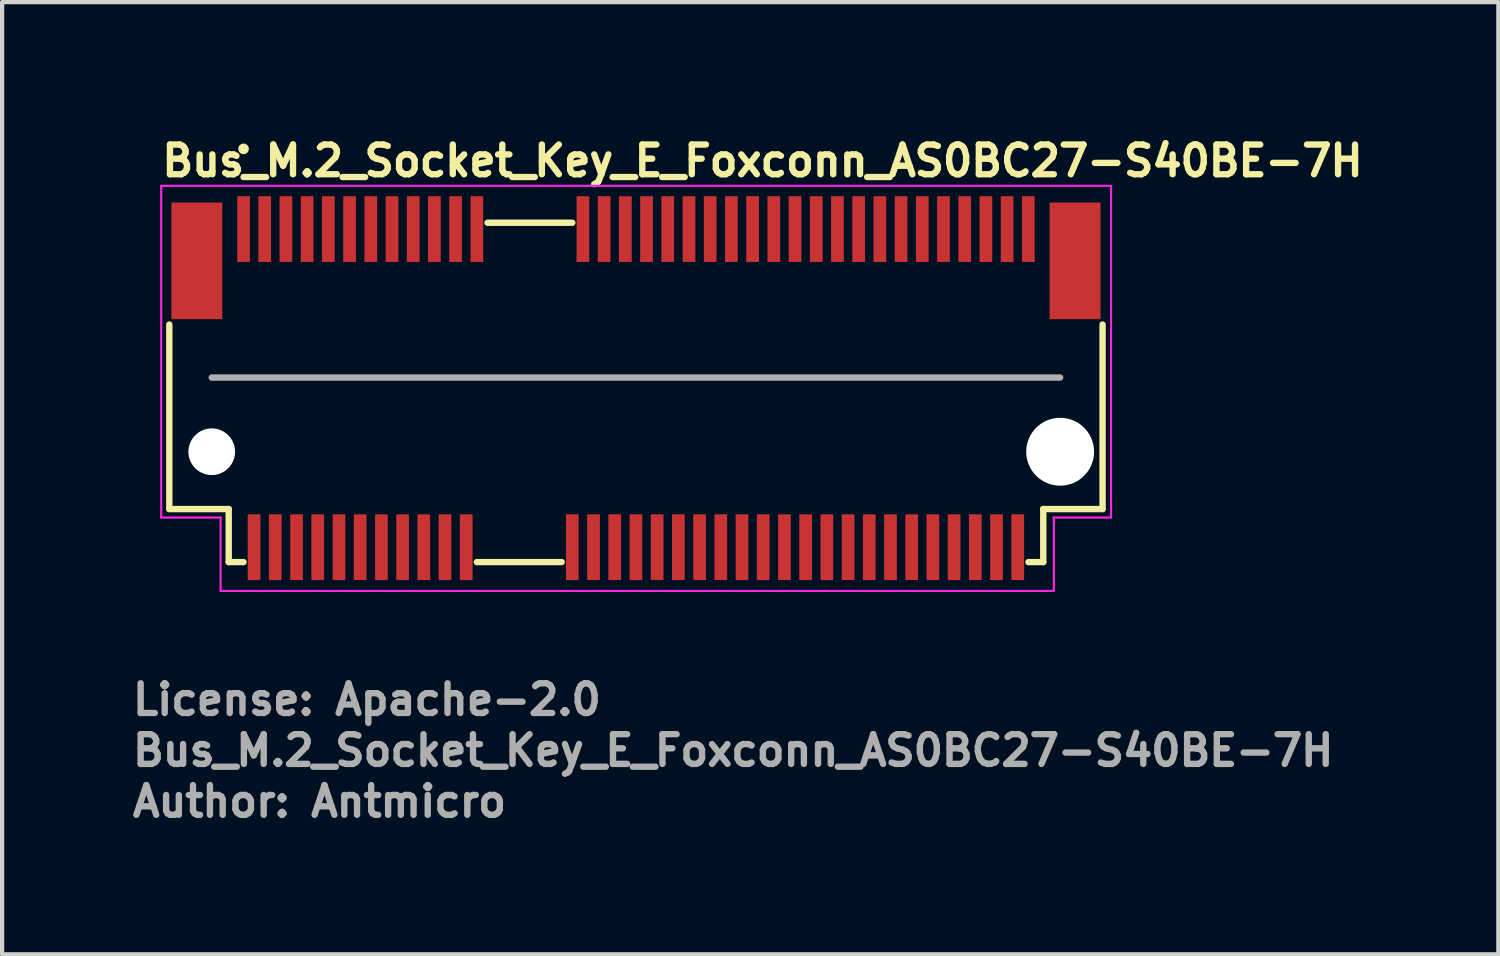
<source format=kicad_pcb>
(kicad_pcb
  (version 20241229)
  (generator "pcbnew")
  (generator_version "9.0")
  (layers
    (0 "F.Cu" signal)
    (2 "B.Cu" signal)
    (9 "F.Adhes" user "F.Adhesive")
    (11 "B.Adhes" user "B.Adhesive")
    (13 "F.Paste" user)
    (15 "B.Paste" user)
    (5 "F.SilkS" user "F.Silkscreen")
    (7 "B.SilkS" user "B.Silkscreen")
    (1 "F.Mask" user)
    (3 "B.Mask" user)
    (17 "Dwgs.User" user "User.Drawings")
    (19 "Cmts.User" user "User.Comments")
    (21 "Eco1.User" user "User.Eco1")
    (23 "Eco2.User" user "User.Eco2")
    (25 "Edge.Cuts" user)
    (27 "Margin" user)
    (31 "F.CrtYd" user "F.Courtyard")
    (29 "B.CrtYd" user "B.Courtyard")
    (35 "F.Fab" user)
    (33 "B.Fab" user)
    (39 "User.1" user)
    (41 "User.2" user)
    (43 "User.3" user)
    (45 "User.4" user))
  (footprint "Bus_M.2_Socket_Key_E_Foxconn_AS0BC27-S40BE-7H"
    (layer "F.Cu")
    (at 11.94 6.099)
    (property "Reference" "Bus_M.2_Socket_Key_E_Foxconn_AS0BC27-S40BE-7H" (at -11.249 -4.949 0) (layer "F.SilkS") (effects (font (size 0.7 0.7) (thickness 0.15)) (justify left bottom)))
    (attr smd)
    (fp_line (start -10.999 2.85) (end -10.999 -1.5) (stroke (width 0.15) (type solid)) (layer "F.SilkS"))
    (fp_line (start -9.599 2.85) (end -10.999 2.85) (stroke (width 0.15) (type solid)) (layer "F.SilkS"))
    (fp_line (start -9.599 2.85) (end -9.599 4.1) (stroke (width 0.15) (type solid)) (layer "F.SilkS"))
    (fp_line (start -9.599 4.1) (end -9.249 4.1) (stroke (width 0.15) (type solid)) (layer "F.SilkS"))
    (fp_line (start -3.75 4.1) (end -1.75 4.1) (stroke (width 0.15) (type solid)) (layer "F.SilkS"))
    (fp_line (start -3.499 -3.899) (end -1.499 -3.899) (stroke (width 0.15) (type solid)) (layer "F.SilkS"))
    (fp_line (start 9.251 4.1) (end 9.601 4.1) (stroke (width 0.15) (type solid)) (layer "F.SilkS"))
    (fp_line (start 9.601 4.1) (end 9.601 2.85) (stroke (width 0.15) (type solid)) (layer "F.SilkS"))
    (fp_line (start 10.999 -1.5) (end 10.999 2.85) (stroke (width 0.15) (type solid)) (layer "F.SilkS"))
    (fp_line (start 10.999 2.85) (end 9.601 2.85) (stroke (width 0.15) (type solid)) (layer "F.SilkS"))
    (fp_circle (center -9.249 -5.64) (end -9.199 -5.64) (stroke (width 0.15) (type solid)) (fill yes) (layer "F.SilkS"))
    (fp_line (start -11.19 -4.77) (end -11.19 3.05) (stroke (width 0.05) (type solid)) (layer "F.CrtYd"))
    (fp_line (start -11.19 3.05) (end -9.79 3.05) (stroke (width 0.05) (type solid)) (layer "F.CrtYd"))
    (fp_line (start -9.79 3.05) (end -9.79 4.78) (stroke (width 0.05) (type solid)) (layer "F.CrtYd"))
    (fp_line (start -9.79 4.78) (end 9.85 4.78) (stroke (width 0.05) (type solid)) (layer "F.CrtYd"))
    (fp_line (start 9.85 3.05) (end 11.2 3.05) (stroke (width 0.05) (type solid)) (layer "F.CrtYd"))
    (fp_line (start 9.85 4.78) (end 9.85 3.05) (stroke (width 0.05) (type solid)) (layer "F.CrtYd"))
    (fp_line (start 11.2 -4.77) (end -11.19 -4.77) (stroke (width 0.05) (type solid)) (layer "F.CrtYd"))
    (fp_line (start 11.2 3.05) (end 11.2 -4.77) (stroke (width 0.05) (type solid)) (layer "F.CrtYd"))
    (fp_line (start -9.999 -0.25) (end 9.999 -0.25) (stroke (width 0.15) (type solid)) (layer "F.Fab"))
    (fp_rect (start -10.949 -4.349) (end 10.95 4.35) (stroke (width 0.1) (type solid)) (fill no) (layer "User.5"))
    (fp_line (start -10.949 -3.749) (end -10.949 1.749) (stroke (width 0.02) (type solid)) (layer "User.9"))
    (fp_line (start -10.949 -3.749) (end 10.95 -3.749) (stroke (width 0.02) (type solid)) (layer "User.9"))
    (fp_line (start -10.949 2.183) (end -10.949 1.749) (stroke (width 0.02) (type solid)) (layer "User.9"))
    (fp_line (start -10.949 2.183) (end -10.949 2.183) (stroke (width 0.02) (type solid)) (layer "User.9"))
    (fp_line (start -10.949 2.374) (end -10.949 2.183) (stroke (width 0.02) (type solid)) (layer "User.9"))
    (fp_line (start -10.949 2.374) (end -10.949 2.374) (stroke (width 0.02) (type solid)) (layer "User.9"))
    (fp_line (start -10.949 2.457) (end -10.949 2.374) (stroke (width 0.02) (type solid)) (layer "User.9"))
    (fp_line (start -10.949 2.457) (end -10.949 2.457) (stroke (width 0.02) (type solid)) (layer "User.9"))
    (fp_line (start -10.949 2.531) (end -10.949 2.457) (stroke (width 0.02) (type solid)) (layer "User.9"))
    (fp_line (start -10.949 2.531) (end -10.949 2.531) (stroke (width 0.02) (type solid)) (layer "User.9"))
    (fp_line (start -10.949 2.595) (end -10.949 2.531) (stroke (width 0.02) (type solid)) (layer "User.9"))
    (fp_line (start -10.949 2.595) (end -10.949 2.595) (stroke (width 0.02) (type solid)) (layer "User.9"))
    (fp_line (start -10.949 2.651) (end -10.949 2.595) (stroke (width 0.02) (type solid)) (layer "User.9"))
    (fp_line (start -10.949 2.651) (end -10.949 2.651) (stroke (width 0.02) (type solid)) (layer "User.9"))
    (fp_line (start -10.949 2.693) (end -10.949 2.651) (stroke (width 0.02) (type solid)) (layer "User.9"))
    (fp_line (start -10.949 2.693) (end -10.949 2.693) (stroke (width 0.02) (type solid)) (layer "User.9"))
    (fp_line (start -10.949 2.725) (end -10.949 2.693) (stroke (width 0.02) (type solid)) (layer "User.9"))
    (fp_line (start -10.949 2.725) (end -10.949 2.725) (stroke (width 0.02) (type solid)) (layer "User.9"))
    (fp_line (start -10.949 2.744) (end -10.949 2.725) (stroke (width 0.02) (type solid)) (layer "User.9"))
    (fp_line (start -10.949 2.744) (end -10.949 2.744) (stroke (width 0.02) (type solid)) (layer "User.9"))
    (fp_line (start -10.949 2.749) (end -10.949 2.744) (stroke (width 0.02) (type solid)) (layer "User.9"))
    (fp_line (start -10.949 2.749) (end -10.574 2.749) (stroke (width 0.02) (type solid)) (layer "User.9"))
    (fp_line (start -10.574 1.749) (end -2.674 1.749) (stroke (width 0.02) (type solid)) (layer "User.9"))
    (fp_line (start -10.574 2.749) (end -10.55 2.749) (stroke (width 0.02) (type solid)) (layer "User.9"))
    (fp_line (start -10.55 2.749) (end -10.525 2.747) (stroke (width 0.02) (type solid)) (layer "User.9"))
    (fp_line (start -10.525 2.747) (end -10.501 2.744) (stroke (width 0.02) (type solid)) (layer "User.9"))
    (fp_line (start -10.501 2.744) (end -10.477 2.741) (stroke (width 0.02) (type solid)) (layer "User.9"))
    (fp_line (start -10.477 2.741) (end -10.453 2.733) (stroke (width 0.02) (type solid)) (layer "User.9"))
    (fp_line (start -10.453 2.733) (end -10.429 2.728) (stroke (width 0.02) (type solid)) (layer "User.9"))
    (fp_line (start -10.429 2.728) (end -10.407 2.72) (stroke (width 0.02) (type solid)) (layer "User.9"))
    (fp_line (start -10.407 2.72) (end -10.384 2.712) (stroke (width 0.02) (type solid)) (layer "User.9"))
    (fp_line (start -10.384 2.712) (end -10.362 2.701) (stroke (width 0.02) (type solid)) (layer "User.9"))
    (fp_line (start -10.362 2.701) (end -10.34 2.691) (stroke (width 0.02) (type solid)) (layer "User.9"))
    (fp_line (start -10.34 2.691) (end -10.318 2.68) (stroke (width 0.02) (type solid)) (layer "User.9"))
    (fp_line (start -10.318 2.68) (end -10.298 2.664) (stroke (width 0.02) (type solid)) (layer "User.9"))
    (fp_line (start -10.298 2.664) (end -10.278 2.651) (stroke (width 0.02) (type solid)) (layer "User.9"))
    (fp_line (start -10.278 2.651) (end -10.259 2.635) (stroke (width 0.02) (type solid)) (layer "User.9"))
    (fp_line (start -10.259 2.635) (end -10.239 2.619) (stroke (width 0.02) (type solid)) (layer "User.9"))
    (fp_line (start -10.239 2.619) (end -10.221 2.603) (stroke (width 0.02) (type solid)) (layer "User.9"))
    (fp_line (start -10.221 2.603) (end -10.221 2.603) (stroke (width 0.02) (type solid)) (layer "User.9"))
    (fp_line (start -10.221 2.603) (end -10.205 2.584) (stroke (width 0.02) (type solid)) (layer "User.9"))
    (fp_line (start -10.205 2.584) (end -10.189 2.566) (stroke (width 0.02) (type solid)) (layer "User.9"))
    (fp_line (start -10.189 2.566) (end -10.174 2.547) (stroke (width 0.02) (type solid)) (layer "User.9"))
    (fp_line (start -10.174 2.547) (end -10.16 2.528) (stroke (width 0.02) (type solid)) (layer "User.9"))
    (fp_line (start -10.16 2.528) (end -10.145 2.507) (stroke (width 0.02) (type solid)) (layer "User.9"))
    (fp_line (start -10.145 2.507) (end -10.133 2.486) (stroke (width 0.02) (type solid)) (layer "User.9"))
    (fp_line (start -10.133 2.486) (end -10.122 2.462) (stroke (width 0.02) (type solid)) (layer "User.9"))
    (fp_line (start -10.122 2.462) (end -10.113 2.441) (stroke (width 0.02) (type solid)) (layer "User.9"))
    (fp_line (start -10.113 2.441) (end -10.104 2.419) (stroke (width 0.02) (type solid)) (layer "User.9"))
    (fp_line (start -10.104 2.419) (end -10.096 2.395) (stroke (width 0.02) (type solid)) (layer "User.9"))
    (fp_line (start -10.096 2.395) (end -10.09 2.372) (stroke (width 0.02) (type solid)) (layer "User.9"))
    (fp_line (start -10.09 2.372) (end -10.084 2.348) (stroke (width 0.02) (type solid)) (layer "User.9"))
    (fp_line (start -10.084 2.348) (end -10.081 2.324) (stroke (width 0.02) (type solid)) (layer "User.9"))
    (fp_line (start -10.081 2.324) (end -10.078 2.3) (stroke (width 0.02) (type solid)) (layer "User.9"))
    (fp_line (start -10.078 2.3) (end -10.076 2.273) (stroke (width 0.02) (type solid)) (layer "User.9"))
    (fp_line (start -10.076 2.273) (end -10.075 2.249) (stroke (width 0.02) (type solid)) (layer "User.9"))
    (fp_line (start -10.075 2.103) (end -10.075 1.749) (stroke (width 0.02) (type solid)) (layer "User.9"))
    (fp_line (start -10.075 2.103) (end -10.075 2.103) (stroke (width 0.02) (type solid)) (layer "User.9"))
    (fp_line (start -10.075 2.249) (end -10.075 2.103) (stroke (width 0.02) (type solid)) (layer "User.9"))
    (fp_line (start -9.55 -3.22) (end -8.95 -3.22) (stroke (width 0.02) (type solid)) (layer "User.9"))
    (fp_line (start -9.499 1.749) (end -9.499 3.999) (stroke (width 0.02) (type solid)) (layer "User.9"))
    (fp_line (start -9.499 2.749) (end -10.574 2.749) (stroke (width 0.02) (type solid)) (layer "User.9"))
    (fp_line (start -9.499 3.999) (end -3.655 3.999) (stroke (width 0.02) (type solid)) (layer "User.9"))
    (fp_line (start -9.324 -4.349) (end -9.324 -3.85) (stroke (width 0.02) (type solid)) (layer "User.9"))
    (fp_line (start -9.324 -4.349) (end -9.176 -4.349) (stroke (width 0.02) (type solid)) (layer "User.9"))
    (fp_line (start -9.324 -3.85) (end -9.324 -3.749) (stroke (width 0.02) (type solid)) (layer "User.9"))
    (fp_line (start -9.249 -3.74) (end -9.55 -3.22) (stroke (width 0.02) (type solid)) (layer "User.9"))
    (fp_line (start -9.176 -4.349) (end -9.176 -3.85) (stroke (width 0.02) (type solid)) (layer "User.9"))
    (fp_line (start -9.176 -3.85) (end -9.176 -3.749) (stroke (width 0.02) (type solid)) (layer "User.9"))
    (fp_line (start -9.094 2.252) (end -9.074 1.981) (stroke (width 0.02) (type solid)) (layer "User.9"))
    (fp_line (start -9.094 2.252) (end -8.906 2.252) (stroke (width 0.02) (type solid)) (layer "User.9"))
    (fp_line (start -9.074 1.749) (end -9.074 1.797) (stroke (width 0.02) (type solid)) (layer "User.9"))
    (fp_line (start -9.074 1.903) (end -9.074 1.797) (stroke (width 0.02) (type solid)) (layer "User.9"))
    (fp_line (start -9.074 1.903) (end -9.074 1.981) (stroke (width 0.02) (type solid)) (layer "User.9"))
    (fp_line (start -9.074 3.999) (end -9.074 4.35) (stroke (width 0.02) (type solid)) (layer "User.9"))
    (fp_line (start -9.074 4.35) (end -8.925 4.35) (stroke (width 0.02) (type solid)) (layer "User.9"))
    (fp_line (start -8.95 -3.22) (end -9.249 -3.74) (stroke (width 0.02) (type solid)) (layer "User.9"))
    (fp_line (start -8.925 1.749) (end -8.925 1.797) (stroke (width 0.02) (type solid)) (layer "User.9"))
    (fp_line (start -8.925 1.903) (end -8.925 1.797) (stroke (width 0.02) (type solid)) (layer "User.9"))
    (fp_line (start -8.925 1.903) (end -8.925 1.981) (stroke (width 0.02) (type solid)) (layer "User.9"))
    (fp_line (start -8.925 3.999) (end -8.925 4.35) (stroke (width 0.02) (type solid)) (layer "User.9"))
    (fp_line (start -8.906 2.252) (end -8.925 1.981) (stroke (width 0.02) (type solid)) (layer "User.9"))
    (fp_line (start -8.825 -4.349) (end -8.825 -3.85) (stroke (width 0.02) (type solid)) (layer "User.9"))
    (fp_line (start -8.825 -4.349) (end -8.675 -4.349) (stroke (width 0.02) (type solid)) (layer "User.9"))
    (fp_line (start -8.825 -3.85) (end -8.825 -3.749) (stroke (width 0.02) (type solid)) (layer "User.9"))
    (fp_line (start -8.675 -4.349) (end -8.675 -3.85) (stroke (width 0.02) (type solid)) (layer "User.9"))
    (fp_line (start -8.675 -3.85) (end -8.675 -3.749) (stroke (width 0.02) (type solid)) (layer "User.9"))
    (fp_line (start -8.593 2.252) (end -8.574 1.981) (stroke (width 0.02) (type solid)) (layer "User.9"))
    (fp_line (start -8.593 2.252) (end -8.407 2.252) (stroke (width 0.02) (type solid)) (layer "User.9"))
    (fp_line (start -8.574 1.749) (end -8.574 1.797) (stroke (width 0.02) (type solid)) (layer "User.9"))
    (fp_line (start -8.574 1.903) (end -8.574 1.797) (stroke (width 0.02) (type solid)) (layer "User.9"))
    (fp_line (start -8.574 1.903) (end -8.574 1.981) (stroke (width 0.02) (type solid)) (layer "User.9"))
    (fp_line (start -8.574 3.999) (end -8.574 4.35) (stroke (width 0.02) (type solid)) (layer "User.9"))
    (fp_line (start -8.574 4.35) (end -8.425 4.35) (stroke (width 0.02) (type solid)) (layer "User.9"))
    (fp_line (start -8.425 1.749) (end -8.425 1.797) (stroke (width 0.02) (type solid)) (layer "User.9"))
    (fp_line (start -8.425 1.903) (end -8.425 1.797) (stroke (width 0.02) (type solid)) (layer "User.9"))
    (fp_line (start -8.425 1.903) (end -8.425 1.981) (stroke (width 0.02) (type solid)) (layer "User.9"))
    (fp_line (start -8.425 3.999) (end -8.425 4.35) (stroke (width 0.02) (type solid)) (layer "User.9"))
    (fp_line (start -8.407 2.252) (end -8.425 1.981) (stroke (width 0.02) (type solid)) (layer "User.9"))
    (fp_line (start -8.324 -4.349) (end -8.324 -3.85) (stroke (width 0.02) (type solid)) (layer "User.9"))
    (fp_line (start -8.324 -4.349) (end -8.175 -4.349) (stroke (width 0.02) (type solid)) (layer "User.9"))
    (fp_line (start -8.324 -3.85) (end -8.324 -3.749) (stroke (width 0.02) (type solid)) (layer "User.9"))
    (fp_line (start -8.175 -4.349) (end -8.175 -3.85) (stroke (width 0.02) (type solid)) (layer "User.9"))
    (fp_line (start -8.175 -3.85) (end -8.175 -3.749) (stroke (width 0.02) (type solid)) (layer "User.9"))
    (fp_line (start -8.093 2.252) (end -8.074 1.981) (stroke (width 0.02) (type solid)) (layer "User.9"))
    (fp_line (start -8.093 2.252) (end -7.907 2.252) (stroke (width 0.02) (type solid)) (layer "User.9"))
    (fp_line (start -8.074 1.749) (end -8.074 1.797) (stroke (width 0.02) (type solid)) (layer "User.9"))
    (fp_line (start -8.074 1.903) (end -8.074 1.797) (stroke (width 0.02) (type solid)) (layer "User.9"))
    (fp_line (start -8.074 1.903) (end -8.074 1.981) (stroke (width 0.02) (type solid)) (layer "User.9"))
    (fp_line (start -8.074 3.999) (end -8.074 4.35) (stroke (width 0.02) (type solid)) (layer "User.9"))
    (fp_line (start -8.074 4.35) (end -7.925 4.35) (stroke (width 0.02) (type solid)) (layer "User.9"))
    (fp_line (start -7.925 1.749) (end -7.925 1.797) (stroke (width 0.02) (type solid)) (layer "User.9"))
    (fp_line (start -7.925 1.903) (end -7.925 1.797) (stroke (width 0.02) (type solid)) (layer "User.9"))
    (fp_line (start -7.925 1.903) (end -7.925 1.981) (stroke (width 0.02) (type solid)) (layer "User.9"))
    (fp_line (start -7.925 3.999) (end -7.925 4.35) (stroke (width 0.02) (type solid)) (layer "User.9"))
    (fp_line (start -7.907 2.252) (end -7.925 1.981) (stroke (width 0.02) (type solid)) (layer "User.9"))
    (fp_line (start -7.826 -4.349) (end -7.826 -3.85) (stroke (width 0.02) (type solid)) (layer "User.9"))
    (fp_line (start -7.826 -4.349) (end -7.675 -4.349) (stroke (width 0.02) (type solid)) (layer "User.9"))
    (fp_line (start -7.826 -3.85) (end -7.826 -3.749) (stroke (width 0.02) (type solid)) (layer "User.9"))
    (fp_line (start -7.675 -4.349) (end -7.675 -3.85) (stroke (width 0.02) (type solid)) (layer "User.9"))
    (fp_line (start -7.675 -3.85) (end -7.675 -3.749) (stroke (width 0.02) (type solid)) (layer "User.9"))
    (fp_line (start -7.593 2.252) (end -7.576 1.981) (stroke (width 0.02) (type solid)) (layer "User.9"))
    (fp_line (start -7.593 2.252) (end -7.407 2.252) (stroke (width 0.02) (type solid)) (layer "User.9"))
    (fp_line (start -7.576 1.749) (end -7.576 1.797) (stroke (width 0.02) (type solid)) (layer "User.9"))
    (fp_line (start -7.576 1.903) (end -7.576 1.797) (stroke (width 0.02) (type solid)) (layer "User.9"))
    (fp_line (start -7.576 1.903) (end -7.576 1.981) (stroke (width 0.02) (type solid)) (layer "User.9"))
    (fp_line (start -7.576 3.999) (end -7.576 4.35) (stroke (width 0.02) (type solid)) (layer "User.9"))
    (fp_line (start -7.576 4.35) (end -7.425 4.35) (stroke (width 0.02) (type solid)) (layer "User.9"))
    (fp_line (start -7.425 1.749) (end -7.425 1.797) (stroke (width 0.02) (type solid)) (layer "User.9"))
    (fp_line (start -7.425 1.903) (end -7.425 1.797) (stroke (width 0.02) (type solid)) (layer "User.9"))
    (fp_line (start -7.425 1.903) (end -7.425 1.981) (stroke (width 0.02) (type solid)) (layer "User.9"))
    (fp_line (start -7.425 3.999) (end -7.425 4.35) (stroke (width 0.02) (type solid)) (layer "User.9"))
    (fp_line (start -7.407 2.252) (end -7.425 1.981) (stroke (width 0.02) (type solid)) (layer "User.9"))
    (fp_line (start -7.326 -4.349) (end -7.326 -3.85) (stroke (width 0.02) (type solid)) (layer "User.9"))
    (fp_line (start -7.326 -4.349) (end -7.174 -4.349) (stroke (width 0.02) (type solid)) (layer "User.9"))
    (fp_line (start -7.326 -3.85) (end -7.326 -3.749) (stroke (width 0.02) (type solid)) (layer "User.9"))
    (fp_line (start -7.174 -4.349) (end -7.174 -3.85) (stroke (width 0.02) (type solid)) (layer "User.9"))
    (fp_line (start -7.174 -3.85) (end -7.174 -3.749) (stroke (width 0.02) (type solid)) (layer "User.9"))
    (fp_line (start -7.093 2.252) (end -7.076 1.981) (stroke (width 0.02) (type solid)) (layer "User.9"))
    (fp_line (start -7.093 2.252) (end -6.907 2.252) (stroke (width 0.02) (type solid)) (layer "User.9"))
    (fp_line (start -7.076 1.749) (end -7.076 1.797) (stroke (width 0.02) (type solid)) (layer "User.9"))
    (fp_line (start -7.076 1.903) (end -7.076 1.797) (stroke (width 0.02) (type solid)) (layer "User.9"))
    (fp_line (start -7.076 1.903) (end -7.076 1.981) (stroke (width 0.02) (type solid)) (layer "User.9"))
    (fp_line (start -7.076 3.999) (end -7.076 4.35) (stroke (width 0.02) (type solid)) (layer "User.9"))
    (fp_line (start -7.076 4.35) (end -6.924 4.35) (stroke (width 0.02) (type solid)) (layer "User.9"))
    (fp_line (start -6.924 1.749) (end -6.924 1.797) (stroke (width 0.02) (type solid)) (layer "User.9"))
    (fp_line (start -6.924 1.903) (end -6.924 1.797) (stroke (width 0.02) (type solid)) (layer "User.9"))
    (fp_line (start -6.924 1.903) (end -6.924 1.981) (stroke (width 0.02) (type solid)) (layer "User.9"))
    (fp_line (start -6.924 3.999) (end -6.924 4.35) (stroke (width 0.02) (type solid)) (layer "User.9"))
    (fp_line (start -6.907 2.252) (end -6.924 1.981) (stroke (width 0.02) (type solid)) (layer "User.9"))
    (fp_line (start -6.826 -4.349) (end -6.826 -3.85) (stroke (width 0.02) (type solid)) (layer "User.9"))
    (fp_line (start -6.826 -4.349) (end -6.674 -4.349) (stroke (width 0.02) (type solid)) (layer "User.9"))
    (fp_line (start -6.826 -3.85) (end -6.826 -3.749) (stroke (width 0.02) (type solid)) (layer "User.9"))
    (fp_line (start -6.674 -4.349) (end -6.674 -3.85) (stroke (width 0.02) (type solid)) (layer "User.9"))
    (fp_line (start -6.674 -3.85) (end -6.674 -3.749) (stroke (width 0.02) (type solid)) (layer "User.9"))
    (fp_line (start -6.593 2.252) (end -6.576 1.981) (stroke (width 0.02) (type solid)) (layer "User.9"))
    (fp_line (start -6.593 2.252) (end -6.407 2.252) (stroke (width 0.02) (type solid)) (layer "User.9"))
    (fp_line (start -6.576 1.749) (end -6.576 1.797) (stroke (width 0.02) (type solid)) (layer "User.9"))
    (fp_line (start -6.576 1.903) (end -6.576 1.797) (stroke (width 0.02) (type solid)) (layer "User.9"))
    (fp_line (start -6.576 1.903) (end -6.576 1.981) (stroke (width 0.02) (type solid)) (layer "User.9"))
    (fp_line (start -6.576 3.999) (end -6.576 4.35) (stroke (width 0.02) (type solid)) (layer "User.9"))
    (fp_line (start -6.576 4.35) (end -6.424 4.35) (stroke (width 0.02) (type solid)) (layer "User.9"))
    (fp_line (start -6.424 1.749) (end -6.424 1.797) (stroke (width 0.02) (type solid)) (layer "User.9"))
    (fp_line (start -6.424 1.903) (end -6.424 1.797) (stroke (width 0.02) (type solid)) (layer "User.9"))
    (fp_line (start -6.424 1.903) (end -6.424 1.981) (stroke (width 0.02) (type solid)) (layer "User.9"))
    (fp_line (start -6.424 3.999) (end -6.424 4.35) (stroke (width 0.02) (type solid)) (layer "User.9"))
    (fp_line (start -6.407 2.252) (end -6.424 1.981) (stroke (width 0.02) (type solid)) (layer "User.9"))
    (fp_line (start -6.326 -4.349) (end -6.326 -3.85) (stroke (width 0.02) (type solid)) (layer "User.9"))
    (fp_line (start -6.326 -4.349) (end -6.174 -4.349) (stroke (width 0.02) (type solid)) (layer "User.9"))
    (fp_line (start -6.326 -3.85) (end -6.326 -3.749) (stroke (width 0.02) (type solid)) (layer "User.9"))
    (fp_line (start -6.174 -4.349) (end -6.174 -3.85) (stroke (width 0.02) (type solid)) (layer "User.9"))
    (fp_line (start -6.174 -3.85) (end -6.174 -3.749) (stroke (width 0.02) (type solid)) (layer "User.9"))
    (fp_line (start -6.093 2.252) (end -6.076 1.981) (stroke (width 0.02) (type solid)) (layer "User.9"))
    (fp_line (start -6.093 2.252) (end -5.907 2.252) (stroke (width 0.02) (type solid)) (layer "User.9"))
    (fp_line (start -6.076 1.749) (end -6.076 1.797) (stroke (width 0.02) (type solid)) (layer "User.9"))
    (fp_line (start -6.076 1.903) (end -6.076 1.797) (stroke (width 0.02) (type solid)) (layer "User.9"))
    (fp_line (start -6.076 1.903) (end -6.076 1.981) (stroke (width 0.02) (type solid)) (layer "User.9"))
    (fp_line (start -6.076 3.999) (end -6.076 4.35) (stroke (width 0.02) (type solid)) (layer "User.9"))
    (fp_line (start -6.076 4.35) (end -5.924 4.35) (stroke (width 0.02) (type solid)) (layer "User.9"))
    (fp_line (start -5.924 1.749) (end -5.924 1.797) (stroke (width 0.02) (type solid)) (layer "User.9"))
    (fp_line (start -5.924 1.903) (end -5.924 1.797) (stroke (width 0.02) (type solid)) (layer "User.9"))
    (fp_line (start -5.924 1.903) (end -5.924 1.981) (stroke (width 0.02) (type solid)) (layer "User.9"))
    (fp_line (start -5.924 3.999) (end -5.924 4.35) (stroke (width 0.02) (type solid)) (layer "User.9"))
    (fp_line (start -5.907 2.252) (end -5.924 1.981) (stroke (width 0.02) (type solid)) (layer "User.9"))
    (fp_line (start -5.826 -4.349) (end -5.826 -3.85) (stroke (width 0.02) (type solid)) (layer "User.9"))
    (fp_line (start -5.826 -4.349) (end -5.674 -4.349) (stroke (width 0.02) (type solid)) (layer "User.9"))
    (fp_line (start -5.826 -3.85) (end -5.826 -3.749) (stroke (width 0.02) (type solid)) (layer "User.9"))
    (fp_line (start -5.674 -4.349) (end -5.674 -3.85) (stroke (width 0.02) (type solid)) (layer "User.9"))
    (fp_line (start -5.674 -3.85) (end -5.674 -3.749) (stroke (width 0.02) (type solid)) (layer "User.9"))
    (fp_line (start -5.593 2.252) (end -5.576 1.981) (stroke (width 0.02) (type solid)) (layer "User.9"))
    (fp_line (start -5.593 2.252) (end -5.407 2.252) (stroke (width 0.02) (type solid)) (layer "User.9"))
    (fp_line (start -5.576 1.749) (end -5.576 1.797) (stroke (width 0.02) (type solid)) (layer "User.9"))
    (fp_line (start -5.576 1.903) (end -5.576 1.797) (stroke (width 0.02) (type solid)) (layer "User.9"))
    (fp_line (start -5.576 1.903) (end -5.576 1.981) (stroke (width 0.02) (type solid)) (layer "User.9"))
    (fp_line (start -5.576 3.999) (end -5.576 4.35) (stroke (width 0.02) (type solid)) (layer "User.9"))
    (fp_line (start -5.576 4.35) (end -5.424 4.35) (stroke (width 0.02) (type solid)) (layer "User.9"))
    (fp_line (start -5.424 1.749) (end -5.424 1.797) (stroke (width 0.02) (type solid)) (layer "User.9"))
    (fp_line (start -5.424 1.903) (end -5.424 1.797) (stroke (width 0.02) (type solid)) (layer "User.9"))
    (fp_line (start -5.424 1.903) (end -5.424 1.981) (stroke (width 0.02) (type solid)) (layer "User.9"))
    (fp_line (start -5.424 3.999) (end -5.424 4.35) (stroke (width 0.02) (type solid)) (layer "User.9"))
    (fp_line (start -5.407 2.252) (end -5.424 1.981) (stroke (width 0.02) (type solid)) (layer "User.9"))
    (fp_line (start -5.326 -4.349) (end -5.326 -3.85) (stroke (width 0.02) (type solid)) (layer "User.9"))
    (fp_line (start -5.326 -4.349) (end -5.174 -4.349) (stroke (width 0.02) (type solid)) (layer "User.9"))
    (fp_line (start -5.326 -3.85) (end -5.326 -3.749) (stroke (width 0.02) (type solid)) (layer "User.9"))
    (fp_line (start -5.174 -4.349) (end -5.174 -3.85) (stroke (width 0.02) (type solid)) (layer "User.9"))
    (fp_line (start -5.174 -3.85) (end -5.174 -3.749) (stroke (width 0.02) (type solid)) (layer "User.9"))
    (fp_line (start -5.094 2.252) (end -5.075 1.981) (stroke (width 0.02) (type solid)) (layer "User.9"))
    (fp_line (start -5.094 2.252) (end -4.907 2.252) (stroke (width 0.02) (type solid)) (layer "User.9"))
    (fp_line (start -5.075 1.749) (end -5.075 1.797) (stroke (width 0.02) (type solid)) (layer "User.9"))
    (fp_line (start -5.075 1.903) (end -5.075 1.797) (stroke (width 0.02) (type solid)) (layer "User.9"))
    (fp_line (start -5.075 1.903) (end -5.075 1.981) (stroke (width 0.02) (type solid)) (layer "User.9"))
    (fp_line (start -5.075 3.999) (end -5.075 4.35) (stroke (width 0.02) (type solid)) (layer "User.9"))
    (fp_line (start -5.075 4.35) (end -4.924 4.35) (stroke (width 0.02) (type solid)) (layer "User.9"))
    (fp_line (start -4.924 1.749) (end -4.924 1.797) (stroke (width 0.02) (type solid)) (layer "User.9"))
    (fp_line (start -4.924 1.903) (end -4.924 1.797) (stroke (width 0.02) (type solid)) (layer "User.9"))
    (fp_line (start -4.924 1.903) (end -4.924 1.981) (stroke (width 0.02) (type solid)) (layer "User.9"))
    (fp_line (start -4.924 3.999) (end -4.924 4.35) (stroke (width 0.02) (type solid)) (layer "User.9"))
    (fp_line (start -4.907 2.252) (end -4.924 1.981) (stroke (width 0.02) (type solid)) (layer "User.9"))
    (fp_line (start -4.825 -4.349) (end -4.825 -3.85) (stroke (width 0.02) (type solid)) (layer "User.9"))
    (fp_line (start -4.825 -4.349) (end -4.674 -4.349) (stroke (width 0.02) (type solid)) (layer "User.9"))
    (fp_line (start -4.825 -3.85) (end -4.825 -3.749) (stroke (width 0.02) (type solid)) (layer "User.9"))
    (fp_line (start -4.674 -4.349) (end -4.674 -3.85) (stroke (width 0.02) (type solid)) (layer "User.9"))
    (fp_line (start -4.674 -3.85) (end -4.674 -3.749) (stroke (width 0.02) (type solid)) (layer "User.9"))
    (fp_line (start -4.594 2.252) (end -4.575 1.981) (stroke (width 0.02) (type solid)) (layer "User.9"))
    (fp_line (start -4.594 2.252) (end -4.407 2.252) (stroke (width 0.02) (type solid)) (layer "User.9"))
    (fp_line (start -4.575 1.749) (end -4.575 1.797) (stroke (width 0.02) (type solid)) (layer "User.9"))
    (fp_line (start -4.575 1.903) (end -4.575 1.797) (stroke (width 0.02) (type solid)) (layer "User.9"))
    (fp_line (start -4.575 1.903) (end -4.575 1.981) (stroke (width 0.02) (type solid)) (layer "User.9"))
    (fp_line (start -4.575 3.999) (end -4.575 4.35) (stroke (width 0.02) (type solid)) (layer "User.9"))
    (fp_line (start -4.575 4.35) (end -4.424 4.35) (stroke (width 0.02) (type solid)) (layer "User.9"))
    (fp_line (start -4.424 1.749) (end -4.424 1.797) (stroke (width 0.02) (type solid)) (layer "User.9"))
    (fp_line (start -4.424 1.903) (end -4.424 1.797) (stroke (width 0.02) (type solid)) (layer "User.9"))
    (fp_line (start -4.424 1.903) (end -4.424 1.981) (stroke (width 0.02) (type solid)) (layer "User.9"))
    (fp_line (start -4.424 3.999) (end -4.424 4.35) (stroke (width 0.02) (type solid)) (layer "User.9"))
    (fp_line (start -4.407 2.252) (end -4.424 1.981) (stroke (width 0.02) (type solid)) (layer "User.9"))
    (fp_line (start -4.325 -4.349) (end -4.325 -3.85) (stroke (width 0.02) (type solid)) (layer "User.9"))
    (fp_line (start -4.325 -4.349) (end -4.174 -4.349) (stroke (width 0.02) (type solid)) (layer "User.9"))
    (fp_line (start -4.325 -3.85) (end -4.325 -3.749) (stroke (width 0.02) (type solid)) (layer "User.9"))
    (fp_line (start -4.174 -4.349) (end -4.174 -3.85) (stroke (width 0.02) (type solid)) (layer "User.9"))
    (fp_line (start -4.174 -3.85) (end -4.174 -3.749) (stroke (width 0.02) (type solid)) (layer "User.9"))
    (fp_line (start -4.094 2.252) (end -4.075 1.981) (stroke (width 0.02) (type solid)) (layer "User.9"))
    (fp_line (start -4.094 2.252) (end -3.907 2.252) (stroke (width 0.02) (type solid)) (layer "User.9"))
    (fp_line (start -4.075 1.749) (end -4.075 1.797) (stroke (width 0.02) (type solid)) (layer "User.9"))
    (fp_line (start -4.075 1.903) (end -4.075 1.797) (stroke (width 0.02) (type solid)) (layer "User.9"))
    (fp_line (start -4.075 1.903) (end -4.075 1.981) (stroke (width 0.02) (type solid)) (layer "User.9"))
    (fp_line (start -4.075 3.999) (end -4.075 4.35) (stroke (width 0.02) (type solid)) (layer "User.9"))
    (fp_line (start -4.075 4.35) (end -3.924 4.35) (stroke (width 0.02) (type solid)) (layer "User.9"))
    (fp_line (start -3.924 1.749) (end -3.924 1.797) (stroke (width 0.02) (type solid)) (layer "User.9"))
    (fp_line (start -3.924 1.903) (end -3.924 1.797) (stroke (width 0.02) (type solid)) (layer "User.9"))
    (fp_line (start -3.924 1.903) (end -3.924 1.981) (stroke (width 0.02) (type solid)) (layer "User.9"))
    (fp_line (start -3.924 3.999) (end -3.924 4.35) (stroke (width 0.02) (type solid)) (layer "User.9"))
    (fp_line (start -3.907 2.252) (end -3.924 1.981) (stroke (width 0.02) (type solid)) (layer "User.9"))
    (fp_line (start -3.825 -4.349) (end -3.825 -3.85) (stroke (width 0.02) (type solid)) (layer "User.9"))
    (fp_line (start -3.825 -4.349) (end -3.674 -4.349) (stroke (width 0.02) (type solid)) (layer "User.9"))
    (fp_line (start -3.825 -3.85) (end -3.825 -3.749) (stroke (width 0.02) (type solid)) (layer "User.9"))
    (fp_line (start -3.674 -4.349) (end -3.674 -3.85) (stroke (width 0.02) (type solid)) (layer "User.9"))
    (fp_line (start -3.674 -3.85) (end -3.674 -3.749) (stroke (width 0.02) (type solid)) (layer "User.9"))
    (fp_line (start -3.655 1.749) (end -3.655 3.999) (stroke (width 0.02) (type solid)) (layer "User.9"))
    (fp_line (start -3.655 3.999) (end -3.546 3.999) (stroke (width 0.02) (type solid)) (layer "User.9"))
    (fp_line (start -3.546 3.749) (end -3.546 3.999) (stroke (width 0.02) (type solid)) (layer "User.9"))
    (fp_line (start -3.546 3.749) (end -1.955 3.749) (stroke (width 0.02) (type solid)) (layer "User.9"))
    (fp_line (start -3.174 2.103) (end -3.174 1.749) (stroke (width 0.02) (type solid)) (layer "User.9"))
    (fp_line (start -3.174 2.103) (end -3.174 2.103) (stroke (width 0.02) (type solid)) (layer "User.9"))
    (fp_line (start -3.174 2.249) (end -3.174 2.103) (stroke (width 0.02) (type solid)) (layer "User.9"))
    (fp_line (start -3.174 2.249) (end -3.174 2.273) (stroke (width 0.02) (type solid)) (layer "User.9"))
    (fp_line (start -3.174 2.273) (end -3.173 2.3) (stroke (width 0.02) (type solid)) (layer "User.9"))
    (fp_line (start -3.173 2.3) (end -3.17 2.324) (stroke (width 0.02) (type solid)) (layer "User.9"))
    (fp_line (start -3.17 2.324) (end -3.165 2.348) (stroke (width 0.02) (type solid)) (layer "User.9"))
    (fp_line (start -3.165 2.348) (end -3.16 2.372) (stroke (width 0.02) (type solid)) (layer "User.9"))
    (fp_line (start -3.16 2.372) (end -3.154 2.395) (stroke (width 0.02) (type solid)) (layer "User.9"))
    (fp_line (start -3.154 2.395) (end -3.146 2.419) (stroke (width 0.02) (type solid)) (layer "User.9"))
    (fp_line (start -3.146 2.419) (end -3.136 2.441) (stroke (width 0.02) (type solid)) (layer "User.9"))
    (fp_line (start -3.136 2.441) (end -3.128 2.462) (stroke (width 0.02) (type solid)) (layer "User.9"))
    (fp_line (start -3.128 2.462) (end -3.117 2.486) (stroke (width 0.02) (type solid)) (layer "User.9"))
    (fp_line (start -3.117 2.486) (end -3.104 2.507) (stroke (width 0.02) (type solid)) (layer "User.9"))
    (fp_line (start -3.104 2.507) (end -3.091 2.528) (stroke (width 0.02) (type solid)) (layer "User.9"))
    (fp_line (start -3.091 2.528) (end -3.077 2.547) (stroke (width 0.02) (type solid)) (layer "User.9"))
    (fp_line (start -3.077 2.547) (end -3.062 2.566) (stroke (width 0.02) (type solid)) (layer "User.9"))
    (fp_line (start -3.062 2.566) (end -3.046 2.584) (stroke (width 0.02) (type solid)) (layer "User.9"))
    (fp_line (start -3.046 2.584) (end -3.029 2.603) (stroke (width 0.02) (type solid)) (layer "User.9"))
    (fp_line (start -3.029 2.603) (end -3.029 2.603) (stroke (width 0.02) (type solid)) (layer "User.9"))
    (fp_line (start -3.029 2.603) (end -3.011 2.619) (stroke (width 0.02) (type solid)) (layer "User.9"))
    (fp_line (start -3.011 2.619) (end -2.992 2.635) (stroke (width 0.02) (type solid)) (layer "User.9"))
    (fp_line (start -2.992 2.635) (end -2.972 2.651) (stroke (width 0.02) (type solid)) (layer "User.9"))
    (fp_line (start -2.972 2.651) (end -2.953 2.664) (stroke (width 0.02) (type solid)) (layer "User.9"))
    (fp_line (start -2.953 2.664) (end -2.931 2.68) (stroke (width 0.02) (type solid)) (layer "User.9"))
    (fp_line (start -2.931 2.68) (end -2.91 2.691) (stroke (width 0.02) (type solid)) (layer "User.9"))
    (fp_line (start -2.91 2.691) (end -2.889 2.701) (stroke (width 0.02) (type solid)) (layer "User.9"))
    (fp_line (start -2.889 2.701) (end -2.867 2.712) (stroke (width 0.02) (type solid)) (layer "User.9"))
    (fp_line (start -2.867 2.712) (end -2.844 2.72) (stroke (width 0.02) (type solid)) (layer "User.9"))
    (fp_line (start -2.844 2.72) (end -2.82 2.728) (stroke (width 0.02) (type solid)) (layer "User.9"))
    (fp_line (start -2.82 2.728) (end -2.796 2.733) (stroke (width 0.02) (type solid)) (layer "User.9"))
    (fp_line (start -2.796 2.733) (end -2.774 2.741) (stroke (width 0.02) (type solid)) (layer "User.9"))
    (fp_line (start -2.774 2.741) (end -2.748 2.744) (stroke (width 0.02) (type solid)) (layer "User.9"))
    (fp_line (start -2.748 2.744) (end -2.724 2.747) (stroke (width 0.02) (type solid)) (layer "User.9"))
    (fp_line (start -2.724 2.747) (end -2.7 2.749) (stroke (width 0.02) (type solid)) (layer "User.9"))
    (fp_line (start -2.7 2.749) (end -2.674 2.749) (stroke (width 0.02) (type solid)) (layer "User.9"))
    (fp_line (start -2.674 2.749) (end -2.575 2.749) (stroke (width 0.02) (type solid)) (layer "User.9"))
    (fp_line (start -2.575 1.749) (end 10.575 1.749) (stroke (width 0.02) (type solid)) (layer "User.9"))
    (fp_line (start -2.551 2.749) (end -2.575 2.749) (stroke (width 0.02) (type solid)) (layer "User.9"))
    (fp_line (start -2.525 2.747) (end -2.551 2.749) (stroke (width 0.02) (type solid)) (layer "User.9"))
    (fp_line (start -2.501 2.744) (end -2.525 2.747) (stroke (width 0.02) (type solid)) (layer "User.9"))
    (fp_line (start -2.476 2.741) (end -2.501 2.744) (stroke (width 0.02) (type solid)) (layer "User.9"))
    (fp_line (start -2.453 2.733) (end -2.476 2.741) (stroke (width 0.02) (type solid)) (layer "User.9"))
    (fp_line (start -2.429 2.728) (end -2.453 2.733) (stroke (width 0.02) (type solid)) (layer "User.9"))
    (fp_line (start -2.407 2.72) (end -2.429 2.728) (stroke (width 0.02) (type solid)) (layer "User.9"))
    (fp_line (start -2.383 2.712) (end -2.407 2.72) (stroke (width 0.02) (type solid)) (layer "User.9"))
    (fp_line (start -2.362 2.701) (end -2.383 2.712) (stroke (width 0.02) (type solid)) (layer "User.9"))
    (fp_line (start -2.34 2.691) (end -2.362 2.701) (stroke (width 0.02) (type solid)) (layer "User.9"))
    (fp_line (start -2.319 2.68) (end -2.34 2.691) (stroke (width 0.02) (type solid)) (layer "User.9"))
    (fp_line (start -2.298 2.664) (end -2.319 2.68) (stroke (width 0.02) (type solid)) (layer "User.9"))
    (fp_line (start -2.277 2.651) (end -2.298 2.664) (stroke (width 0.02) (type solid)) (layer "User.9"))
    (fp_line (start -2.258 2.635) (end -2.277 2.651) (stroke (width 0.02) (type solid)) (layer "User.9"))
    (fp_line (start -2.24 2.619) (end -2.258 2.635) (stroke (width 0.02) (type solid)) (layer "User.9"))
    (fp_line (start -2.221 2.603) (end -2.24 2.619) (stroke (width 0.02) (type solid)) (layer "User.9"))
    (fp_line (start -2.221 2.603) (end -2.221 2.603) (stroke (width 0.02) (type solid)) (layer "User.9"))
    (fp_line (start -2.205 2.584) (end -2.221 2.603) (stroke (width 0.02) (type solid)) (layer "User.9"))
    (fp_line (start -2.189 2.566) (end -2.205 2.584) (stroke (width 0.02) (type solid)) (layer "User.9"))
    (fp_line (start -2.173 2.547) (end -2.189 2.566) (stroke (width 0.02) (type solid)) (layer "User.9"))
    (fp_line (start -2.16 2.528) (end -2.173 2.547) (stroke (width 0.02) (type solid)) (layer "User.9"))
    (fp_line (start -2.146 2.507) (end -2.16 2.528) (stroke (width 0.02) (type solid)) (layer "User.9"))
    (fp_line (start -2.133 2.486) (end -2.146 2.507) (stroke (width 0.02) (type solid)) (layer "User.9"))
    (fp_line (start -2.123 2.462) (end -2.133 2.486) (stroke (width 0.02) (type solid)) (layer "User.9"))
    (fp_line (start -2.114 2.441) (end -2.123 2.462) (stroke (width 0.02) (type solid)) (layer "User.9"))
    (fp_line (start -2.104 2.419) (end -2.114 2.441) (stroke (width 0.02) (type solid)) (layer "User.9"))
    (fp_line (start -2.096 2.395) (end -2.104 2.419) (stroke (width 0.02) (type solid)) (layer "User.9"))
    (fp_line (start -2.091 2.372) (end -2.096 2.395) (stroke (width 0.02) (type solid)) (layer "User.9"))
    (fp_line (start -2.085 2.348) (end -2.091 2.372) (stroke (width 0.02) (type solid)) (layer "User.9"))
    (fp_line (start -2.08 2.324) (end -2.085 2.348) (stroke (width 0.02) (type solid)) (layer "User.9"))
    (fp_line (start -2.078 2.3) (end -2.08 2.324) (stroke (width 0.02) (type solid)) (layer "User.9"))
    (fp_line (start -2.075 1.749) (end -2.075 2.103) (stroke (width 0.02) (type solid)) (layer "User.9"))
    (fp_line (start -2.075 2.103) (end -2.075 2.103) (stroke (width 0.02) (type solid)) (layer "User.9"))
    (fp_line (start -2.075 2.103) (end -2.075 2.249) (stroke (width 0.02) (type solid)) (layer "User.9"))
    (fp_line (start -2.075 2.249) (end -2.075 2.273) (stroke (width 0.02) (type solid)) (layer "User.9"))
    (fp_line (start -2.075 2.273) (end -2.078 2.3) (stroke (width 0.02) (type solid)) (layer "User.9"))
    (fp_line (start -1.955 3.749) (end -1.955 3.999) (stroke (width 0.02) (type solid)) (layer "User.9"))
    (fp_line (start -1.955 3.999) (end -1.844 3.999) (stroke (width 0.02) (type solid)) (layer "User.9"))
    (fp_line (start -1.844 1.749) (end -1.844 3.999) (stroke (width 0.02) (type solid)) (layer "User.9"))
    (fp_line (start -1.844 3.999) (end 9.499 3.999) (stroke (width 0.02) (type solid)) (layer "User.9"))
    (fp_line (start -1.593 2.252) (end -1.575 1.981) (stroke (width 0.02) (type solid)) (layer "User.9"))
    (fp_line (start -1.593 2.252) (end -1.407 2.252) (stroke (width 0.02) (type solid)) (layer "User.9"))
    (fp_line (start -1.575 1.749) (end -1.575 1.797) (stroke (width 0.02) (type solid)) (layer "User.9"))
    (fp_line (start -1.575 1.903) (end -1.575 1.797) (stroke (width 0.02) (type solid)) (layer "User.9"))
    (fp_line (start -1.575 1.903) (end -1.575 1.981) (stroke (width 0.02) (type solid)) (layer "User.9"))
    (fp_line (start -1.575 3.999) (end -1.575 4.35) (stroke (width 0.02) (type solid)) (layer "User.9"))
    (fp_line (start -1.575 4.35) (end -1.424 4.35) (stroke (width 0.02) (type solid)) (layer "User.9"))
    (fp_line (start -1.424 1.749) (end -1.424 1.797) (stroke (width 0.02) (type solid)) (layer "User.9"))
    (fp_line (start -1.424 1.903) (end -1.424 1.797) (stroke (width 0.02) (type solid)) (layer "User.9"))
    (fp_line (start -1.424 1.903) (end -1.424 1.981) (stroke (width 0.02) (type solid)) (layer "User.9"))
    (fp_line (start -1.424 3.999) (end -1.424 4.35) (stroke (width 0.02) (type solid)) (layer "User.9"))
    (fp_line (start -1.407 2.252) (end -1.424 1.981) (stroke (width 0.02) (type solid)) (layer "User.9"))
    (fp_line (start -1.325 -4.349) (end -1.325 -3.85) (stroke (width 0.02) (type solid)) (layer "User.9"))
    (fp_line (start -1.325 -4.349) (end -1.176 -4.349) (stroke (width 0.02) (type solid)) (layer "User.9"))
    (fp_line (start -1.325 -3.85) (end -1.325 -3.749) (stroke (width 0.02) (type solid)) (layer "User.9"))
    (fp_line (start -1.176 -4.349) (end -1.176 -3.85) (stroke (width 0.02) (type solid)) (layer "User.9"))
    (fp_line (start -1.176 -3.85) (end -1.176 -3.749) (stroke (width 0.02) (type solid)) (layer "User.9"))
    (fp_line (start -1.093 2.252) (end -1.073 1.981) (stroke (width 0.02) (type solid)) (layer "User.9"))
    (fp_line (start -1.093 2.252) (end -0.907 2.252) (stroke (width 0.02) (type solid)) (layer "User.9"))
    (fp_line (start -1.073 1.749) (end -1.073 1.797) (stroke (width 0.02) (type solid)) (layer "User.9"))
    (fp_line (start -1.073 1.903) (end -1.073 1.797) (stroke (width 0.02) (type solid)) (layer "User.9"))
    (fp_line (start -1.073 1.903) (end -1.073 1.981) (stroke (width 0.02) (type solid)) (layer "User.9"))
    (fp_line (start -1.073 3.999) (end -1.073 4.35) (stroke (width 0.02) (type solid)) (layer "User.9"))
    (fp_line (start -1.073 4.35) (end -0.926 4.35) (stroke (width 0.02) (type solid)) (layer "User.9"))
    (fp_line (start -0.926 1.749) (end -0.926 1.797) (stroke (width 0.02) (type solid)) (layer "User.9"))
    (fp_line (start -0.926 1.903) (end -0.926 1.797) (stroke (width 0.02) (type solid)) (layer "User.9"))
    (fp_line (start -0.926 1.903) (end -0.926 1.981) (stroke (width 0.02) (type solid)) (layer "User.9"))
    (fp_line (start -0.926 3.999) (end -0.926 4.35) (stroke (width 0.02) (type solid)) (layer "User.9"))
    (fp_line (start -0.907 2.252) (end -0.926 1.981) (stroke (width 0.02) (type solid)) (layer "User.9"))
    (fp_line (start -0.823 -4.349) (end -0.823 -3.85) (stroke (width 0.02) (type solid)) (layer "User.9"))
    (fp_line (start -0.823 -4.349) (end -0.676 -4.349) (stroke (width 0.02) (type solid)) (layer "User.9"))
    (fp_line (start -0.823 -3.85) (end -0.823 -3.749) (stroke (width 0.02) (type solid)) (layer "User.9"))
    (fp_line (start -0.676 -4.349) (end -0.676 -3.85) (stroke (width 0.02) (type solid)) (layer "User.9"))
    (fp_line (start -0.676 -3.85) (end -0.676 -3.749) (stroke (width 0.02) (type solid)) (layer "User.9"))
    (fp_line (start -0.593 2.252) (end -0.573 1.981) (stroke (width 0.02) (type solid)) (layer "User.9"))
    (fp_line (start -0.593 2.252) (end -0.407 2.252) (stroke (width 0.02) (type solid)) (layer "User.9"))
    (fp_line (start -0.573 1.749) (end -0.573 1.797) (stroke (width 0.02) (type solid)) (layer "User.9"))
    (fp_line (start -0.573 1.903) (end -0.573 1.797) (stroke (width 0.02) (type solid)) (layer "User.9"))
    (fp_line (start -0.573 1.903) (end -0.573 1.981) (stroke (width 0.02) (type solid)) (layer "User.9"))
    (fp_line (start -0.573 3.999) (end -0.573 4.35) (stroke (width 0.02) (type solid)) (layer "User.9"))
    (fp_line (start -0.573 4.35) (end -0.426 4.35) (stroke (width 0.02) (type solid)) (layer "User.9"))
    (fp_line (start -0.426 1.749) (end -0.426 1.797) (stroke (width 0.02) (type solid)) (layer "User.9"))
    (fp_line (start -0.426 1.903) (end -0.426 1.797) (stroke (width 0.02) (type solid)) (layer "User.9"))
    (fp_line (start -0.426 1.903) (end -0.426 1.981) (stroke (width 0.02) (type solid)) (layer "User.9"))
    (fp_line (start -0.426 3.999) (end -0.426 4.35) (stroke (width 0.02) (type solid)) (layer "User.9"))
    (fp_line (start -0.407 2.252) (end -0.426 1.981) (stroke (width 0.02) (type solid)) (layer "User.9"))
    (fp_line (start -0.323 -4.349) (end -0.323 -3.85) (stroke (width 0.02) (type solid)) (layer "User.9"))
    (fp_line (start -0.323 -4.349) (end -0.176 -4.349) (stroke (width 0.02) (type solid)) (layer "User.9"))
    (fp_line (start -0.323 -3.85) (end -0.323 -3.749) (stroke (width 0.02) (type solid)) (layer "User.9"))
    (fp_line (start -0.176 -4.349) (end -0.176 -3.85) (stroke (width 0.02) (type solid)) (layer "User.9"))
    (fp_line (start -0.176 -3.85) (end -0.176 -3.749) (stroke (width 0.02) (type solid)) (layer "User.9"))
    (fp_line (start -0.092 2.252) (end -0.073 1.981) (stroke (width 0.02) (type solid)) (layer "User.9"))
    (fp_line (start -0.092 2.252) (end 0.092 2.252) (stroke (width 0.02) (type solid)) (layer "User.9"))
    (fp_line (start -0.073 1.749) (end -0.073 1.797) (stroke (width 0.02) (type solid)) (layer "User.9"))
    (fp_line (start -0.073 1.903) (end -0.073 1.797) (stroke (width 0.02) (type solid)) (layer "User.9"))
    (fp_line (start -0.073 1.903) (end -0.073 1.981) (stroke (width 0.02) (type solid)) (layer "User.9"))
    (fp_line (start -0.073 3.999) (end -0.073 4.35) (stroke (width 0.02) (type solid)) (layer "User.9"))
    (fp_line (start -0.073 4.35) (end 0.073 4.35) (stroke (width 0.02) (type solid)) (layer "User.9"))
    (fp_line (start 0.073 1.749) (end 0.073 1.797) (stroke (width 0.02) (type solid)) (layer "User.9"))
    (fp_line (start 0.073 1.903) (end 0.073 1.797) (stroke (width 0.02) (type solid)) (layer "User.9"))
    (fp_line (start 0.073 1.903) (end 0.073 1.981) (stroke (width 0.02) (type solid)) (layer "User.9"))
    (fp_line (start 0.073 3.999) (end 0.073 4.35) (stroke (width 0.02) (type solid)) (layer "User.9"))
    (fp_line (start 0.092 2.252) (end 0.073 1.981) (stroke (width 0.02) (type solid)) (layer "User.9"))
    (fp_line (start 0.176 -4.349) (end 0.176 -3.85) (stroke (width 0.02) (type solid)) (layer "User.9"))
    (fp_line (start 0.176 -4.349) (end 0.323 -4.349) (stroke (width 0.02) (type solid)) (layer "User.9"))
    (fp_line (start 0.176 -3.85) (end 0.176 -3.749) (stroke (width 0.02) (type solid)) (layer "User.9"))
    (fp_line (start 0.323 -4.349) (end 0.323 -3.85) (stroke (width 0.02) (type solid)) (layer "User.9"))
    (fp_line (start 0.323 -3.85) (end 0.323 -3.749) (stroke (width 0.02) (type solid)) (layer "User.9"))
    (fp_line (start 0.407 2.252) (end 0.426 1.981) (stroke (width 0.02) (type solid)) (layer "User.9"))
    (fp_line (start 0.407 2.252) (end 0.593 2.252) (stroke (width 0.02) (type solid)) (layer "User.9"))
    (fp_line (start 0.426 1.749) (end 0.426 1.797) (stroke (width 0.02) (type solid)) (layer "User.9"))
    (fp_line (start 0.426 1.903) (end 0.426 1.797) (stroke (width 0.02) (type solid)) (layer "User.9"))
    (fp_line (start 0.426 1.903) (end 0.426 1.981) (stroke (width 0.02) (type solid)) (layer "User.9"))
    (fp_line (start 0.426 3.999) (end 0.426 4.35) (stroke (width 0.02) (type solid)) (layer "User.9"))
    (fp_line (start 0.426 4.35) (end 0.573 4.35) (stroke (width 0.02) (type solid)) (layer "User.9"))
    (fp_line (start 0.573 1.749) (end 0.573 1.797) (stroke (width 0.02) (type solid)) (layer "User.9"))
    (fp_line (start 0.573 1.903) (end 0.573 1.797) (stroke (width 0.02) (type solid)) (layer "User.9"))
    (fp_line (start 0.573 1.903) (end 0.573 1.981) (stroke (width 0.02) (type solid)) (layer "User.9"))
    (fp_line (start 0.573 3.999) (end 0.573 4.35) (stroke (width 0.02) (type solid)) (layer "User.9"))
    (fp_line (start 0.593 2.252) (end 0.573 1.981) (stroke (width 0.02) (type solid)) (layer "User.9"))
    (fp_line (start 0.676 -4.349) (end 0.676 -3.85) (stroke (width 0.02) (type solid)) (layer "User.9"))
    (fp_line (start 0.676 -4.349) (end 0.823 -4.349) (stroke (width 0.02) (type solid)) (layer "User.9"))
    (fp_line (start 0.676 -3.85) (end 0.676 -3.749) (stroke (width 0.02) (type solid)) (layer "User.9"))
    (fp_line (start 0.823 -4.349) (end 0.823 -3.85) (stroke (width 0.02) (type solid)) (layer "User.9"))
    (fp_line (start 0.823 -3.85) (end 0.823 -3.749) (stroke (width 0.02) (type solid)) (layer "User.9"))
    (fp_line (start 0.907 2.252) (end 0.926 1.981) (stroke (width 0.02) (type solid)) (layer "User.9"))
    (fp_line (start 0.907 2.252) (end 1.093 2.252) (stroke (width 0.02) (type solid)) (layer "User.9"))
    (fp_line (start 0.926 1.749) (end 0.926 1.797) (stroke (width 0.02) (type solid)) (layer "User.9"))
    (fp_line (start 0.926 1.903) (end 0.926 1.797) (stroke (width 0.02) (type solid)) (layer "User.9"))
    (fp_line (start 0.926 1.903) (end 0.926 1.981) (stroke (width 0.02) (type solid)) (layer "User.9"))
    (fp_line (start 0.926 3.999) (end 0.926 4.35) (stroke (width 0.02) (type solid)) (layer "User.9"))
    (fp_line (start 0.926 4.35) (end 1.073 4.35) (stroke (width 0.02) (type solid)) (layer "User.9"))
    (fp_line (start 1.073 1.749) (end 1.073 1.797) (stroke (width 0.02) (type solid)) (layer "User.9"))
    (fp_line (start 1.073 1.903) (end 1.073 1.797) (stroke (width 0.02) (type solid)) (layer "User.9"))
    (fp_line (start 1.073 1.903) (end 1.073 1.981) (stroke (width 0.02) (type solid)) (layer "User.9"))
    (fp_line (start 1.073 3.999) (end 1.073 4.35) (stroke (width 0.02) (type solid)) (layer "User.9"))
    (fp_line (start 1.093 2.252) (end 1.073 1.981) (stroke (width 0.02) (type solid)) (layer "User.9"))
    (fp_line (start 1.176 -4.349) (end 1.176 -3.85) (stroke (width 0.02) (type solid)) (layer "User.9"))
    (fp_line (start 1.176 -4.349) (end 1.323 -4.349) (stroke (width 0.02) (type solid)) (layer "User.9"))
    (fp_line (start 1.176 -3.85) (end 1.176 -3.749) (stroke (width 0.02) (type solid)) (layer "User.9"))
    (fp_line (start 1.323 -4.349) (end 1.323 -3.85) (stroke (width 0.02) (type solid)) (layer "User.9"))
    (fp_line (start 1.323 -3.85) (end 1.323 -3.749) (stroke (width 0.02) (type solid)) (layer "User.9"))
    (fp_line (start 1.407 2.252) (end 1.426 1.981) (stroke (width 0.02) (type solid)) (layer "User.9"))
    (fp_line (start 1.407 2.252) (end 1.593 2.252) (stroke (width 0.02) (type solid)) (layer "User.9"))
    (fp_line (start 1.426 1.749) (end 1.426 1.797) (stroke (width 0.02) (type solid)) (layer "User.9"))
    (fp_line (start 1.426 1.903) (end 1.426 1.797) (stroke (width 0.02) (type solid)) (layer "User.9"))
    (fp_line (start 1.426 1.903) (end 1.426 1.981) (stroke (width 0.02) (type solid)) (layer "User.9"))
    (fp_line (start 1.426 3.999) (end 1.426 4.35) (stroke (width 0.02) (type solid)) (layer "User.9"))
    (fp_line (start 1.426 4.35) (end 1.573 4.35) (stroke (width 0.02) (type solid)) (layer "User.9"))
    (fp_line (start 1.573 1.749) (end 1.573 1.797) (stroke (width 0.02) (type solid)) (layer "User.9"))
    (fp_line (start 1.573 1.903) (end 1.573 1.797) (stroke (width 0.02) (type solid)) (layer "User.9"))
    (fp_line (start 1.573 1.903) (end 1.573 1.981) (stroke (width 0.02) (type solid)) (layer "User.9"))
    (fp_line (start 1.573 3.999) (end 1.573 4.35) (stroke (width 0.02) (type solid)) (layer "User.9"))
    (fp_line (start 1.593 2.252) (end 1.573 1.981) (stroke (width 0.02) (type solid)) (layer "User.9"))
    (fp_line (start 1.676 -4.349) (end 1.676 -3.85) (stroke (width 0.02) (type solid)) (layer "User.9"))
    (fp_line (start 1.676 -4.349) (end 1.823 -4.349) (stroke (width 0.02) (type solid)) (layer "User.9"))
    (fp_line (start 1.676 -3.85) (end 1.676 -3.749) (stroke (width 0.02) (type solid)) (layer "User.9"))
    (fp_line (start 1.823 -4.349) (end 1.823 -3.85) (stroke (width 0.02) (type solid)) (layer "User.9"))
    (fp_line (start 1.823 -3.85) (end 1.823 -3.749) (stroke (width 0.02) (type solid)) (layer "User.9"))
    (fp_line (start 1.907 2.252) (end 1.926 1.981) (stroke (width 0.02) (type solid)) (layer "User.9"))
    (fp_line (start 1.907 2.252) (end 2.093 2.252) (stroke (width 0.02) (type solid)) (layer "User.9"))
    (fp_line (start 1.926 1.749) (end 1.926 1.797) (stroke (width 0.02) (type solid)) (layer "User.9"))
    (fp_line (start 1.926 1.903) (end 1.926 1.797) (stroke (width 0.02) (type solid)) (layer "User.9"))
    (fp_line (start 1.926 1.903) (end 1.926 1.981) (stroke (width 0.02) (type solid)) (layer "User.9"))
    (fp_line (start 1.926 3.999) (end 1.926 4.35) (stroke (width 0.02) (type solid)) (layer "User.9"))
    (fp_line (start 1.926 4.35) (end 2.074 4.35) (stroke (width 0.02) (type solid)) (layer "User.9"))
    (fp_line (start 2.074 1.749) (end 2.074 1.797) (stroke (width 0.02) (type solid)) (layer "User.9"))
    (fp_line (start 2.074 1.903) (end 2.074 1.797) (stroke (width 0.02) (type solid)) (layer "User.9"))
    (fp_line (start 2.074 1.903) (end 2.074 1.981) (stroke (width 0.02) (type solid)) (layer "User.9"))
    (fp_line (start 2.074 3.999) (end 2.074 4.35) (stroke (width 0.02) (type solid)) (layer "User.9"))
    (fp_line (start 2.093 2.252) (end 2.074 1.981) (stroke (width 0.02) (type solid)) (layer "User.9"))
    (fp_line (start 2.176 -4.349) (end 2.176 -3.85) (stroke (width 0.02) (type solid)) (layer "User.9"))
    (fp_line (start 2.176 -4.349) (end 2.324 -4.349) (stroke (width 0.02) (type solid)) (layer "User.9"))
    (fp_line (start 2.176 -3.85) (end 2.176 -3.749) (stroke (width 0.02) (type solid)) (layer "User.9"))
    (fp_line (start 2.324 -4.349) (end 2.324 -3.85) (stroke (width 0.02) (type solid)) (layer "User.9"))
    (fp_line (start 2.324 -3.85) (end 2.324 -3.749) (stroke (width 0.02) (type solid)) (layer "User.9"))
    (fp_line (start 2.407 2.252) (end 2.426 1.981) (stroke (width 0.02) (type solid)) (layer "User.9"))
    (fp_line (start 2.407 2.252) (end 2.593 2.252) (stroke (width 0.02) (type solid)) (layer "User.9"))
    (fp_line (start 2.426 1.749) (end 2.426 1.797) (stroke (width 0.02) (type solid)) (layer "User.9"))
    (fp_line (start 2.426 1.903) (end 2.426 1.797) (stroke (width 0.02) (type solid)) (layer "User.9"))
    (fp_line (start 2.426 1.903) (end 2.426 1.981) (stroke (width 0.02) (type solid)) (layer "User.9"))
    (fp_line (start 2.426 3.999) (end 2.426 4.35) (stroke (width 0.02) (type solid)) (layer "User.9"))
    (fp_line (start 2.426 4.35) (end 2.574 4.35) (stroke (width 0.02) (type solid)) (layer "User.9"))
    (fp_line (start 2.574 1.749) (end 2.574 1.797) (stroke (width 0.02) (type solid)) (layer "User.9"))
    (fp_line (start 2.574 1.903) (end 2.574 1.797) (stroke (width 0.02) (type solid)) (layer "User.9"))
    (fp_line (start 2.574 1.903) (end 2.574 1.981) (stroke (width 0.02) (type solid)) (layer "User.9"))
    (fp_line (start 2.574 3.999) (end 2.574 4.35) (stroke (width 0.02) (type solid)) (layer "User.9"))
    (fp_line (start 2.593 2.252) (end 2.574 1.981) (stroke (width 0.02) (type solid)) (layer "User.9"))
    (fp_line (start 2.676 -4.349) (end 2.676 -3.85) (stroke (width 0.02) (type solid)) (layer "User.9"))
    (fp_line (start 2.676 -4.349) (end 2.824 -4.349) (stroke (width 0.02) (type solid)) (layer "User.9"))
    (fp_line (start 2.676 -3.85) (end 2.676 -3.749) (stroke (width 0.02) (type solid)) (layer "User.9"))
    (fp_line (start 2.824 -4.349) (end 2.824 -3.85) (stroke (width 0.02) (type solid)) (layer "User.9"))
    (fp_line (start 2.824 -3.85) (end 2.824 -3.749) (stroke (width 0.02) (type solid)) (layer "User.9"))
    (fp_line (start 2.907 2.252) (end 2.926 1.981) (stroke (width 0.02) (type solid)) (layer "User.9"))
    (fp_line (start 2.907 2.252) (end 3.093 2.252) (stroke (width 0.02) (type solid)) (layer "User.9"))
    (fp_line (start 2.926 1.749) (end 2.926 1.797) (stroke (width 0.02) (type solid)) (layer "User.9"))
    (fp_line (start 2.926 1.903) (end 2.926 1.797) (stroke (width 0.02) (type solid)) (layer "User.9"))
    (fp_line (start 2.926 1.903) (end 2.926 1.981) (stroke (width 0.02) (type solid)) (layer "User.9"))
    (fp_line (start 2.926 3.999) (end 2.926 4.35) (stroke (width 0.02) (type solid)) (layer "User.9"))
    (fp_line (start 2.926 4.35) (end 3.074 4.35) (stroke (width 0.02) (type solid)) (layer "User.9"))
    (fp_line (start 3.074 1.749) (end 3.074 1.797) (stroke (width 0.02) (type solid)) (layer "User.9"))
    (fp_line (start 3.074 1.903) (end 3.074 1.797) (stroke (width 0.02) (type solid)) (layer "User.9"))
    (fp_line (start 3.074 1.903) (end 3.074 1.981) (stroke (width 0.02) (type solid)) (layer "User.9"))
    (fp_line (start 3.074 3.999) (end 3.074 4.35) (stroke (width 0.02) (type solid)) (layer "User.9"))
    (fp_line (start 3.093 2.252) (end 3.074 1.981) (stroke (width 0.02) (type solid)) (layer "User.9"))
    (fp_line (start 3.176 -4.349) (end 3.176 -3.85) (stroke (width 0.02) (type solid)) (layer "User.9"))
    (fp_line (start 3.176 -4.349) (end 3.324 -4.349) (stroke (width 0.02) (type solid)) (layer "User.9"))
    (fp_line (start 3.176 -3.85) (end 3.176 -3.749) (stroke (width 0.02) (type solid)) (layer "User.9"))
    (fp_line (start 3.324 -4.349) (end 3.324 -3.85) (stroke (width 0.02) (type solid)) (layer "User.9"))
    (fp_line (start 3.324 -3.85) (end 3.324 -3.749) (stroke (width 0.02) (type solid)) (layer "User.9"))
    (fp_line (start 3.407 2.252) (end 3.426 1.981) (stroke (width 0.02) (type solid)) (layer "User.9"))
    (fp_line (start 3.407 2.252) (end 3.593 2.252) (stroke (width 0.02) (type solid)) (layer "User.9"))
    (fp_line (start 3.426 1.749) (end 3.426 1.797) (stroke (width 0.02) (type solid)) (layer "User.9"))
    (fp_line (start 3.426 1.903) (end 3.426 1.797) (stroke (width 0.02) (type solid)) (layer "User.9"))
    (fp_line (start 3.426 1.903) (end 3.426 1.981) (stroke (width 0.02) (type solid)) (layer "User.9"))
    (fp_line (start 3.426 3.999) (end 3.426 4.35) (stroke (width 0.02) (type solid)) (layer "User.9"))
    (fp_line (start 3.426 4.35) (end 3.573 4.35) (stroke (width 0.02) (type solid)) (layer "User.9"))
    (fp_line (start 3.573 1.749) (end 3.573 1.797) (stroke (width 0.02) (type solid)) (layer "User.9"))
    (fp_line (start 3.573 1.903) (end 3.573 1.797) (stroke (width 0.02) (type solid)) (layer "User.9"))
    (fp_line (start 3.573 1.903) (end 3.573 1.981) (stroke (width 0.02) (type solid)) (layer "User.9"))
    (fp_line (start 3.573 3.999) (end 3.573 4.35) (stroke (width 0.02) (type solid)) (layer "User.9"))
    (fp_line (start 3.593 2.252) (end 3.573 1.981) (stroke (width 0.02) (type solid)) (layer "User.9"))
    (fp_line (start 3.676 -4.349) (end 3.676 -3.85) (stroke (width 0.02) (type solid)) (layer "User.9"))
    (fp_line (start 3.676 -4.349) (end 3.823 -4.349) (stroke (width 0.02) (type solid)) (layer "User.9"))
    (fp_line (start 3.676 -3.85) (end 3.676 -3.749) (stroke (width 0.02) (type solid)) (layer "User.9"))
    (fp_line (start 3.823 -4.349) (end 3.823 -3.85) (stroke (width 0.02) (type solid)) (layer "User.9"))
    (fp_line (start 3.823 -3.85) (end 3.823 -3.749) (stroke (width 0.02) (type solid)) (layer "User.9"))
    (fp_line (start 3.907 2.252) (end 3.926 1.981) (stroke (width 0.02) (type solid)) (layer "User.9"))
    (fp_line (start 3.907 2.252) (end 4.093 2.252) (stroke (width 0.02) (type solid)) (layer "User.9"))
    (fp_line (start 3.926 1.749) (end 3.926 1.797) (stroke (width 0.02) (type solid)) (layer "User.9"))
    (fp_line (start 3.926 1.903) (end 3.926 1.797) (stroke (width 0.02) (type solid)) (layer "User.9"))
    (fp_line (start 3.926 1.903) (end 3.926 1.981) (stroke (width 0.02) (type solid)) (layer "User.9"))
    (fp_line (start 3.926 3.999) (end 3.926 4.35) (stroke (width 0.02) (type solid)) (layer "User.9"))
    (fp_line (start 3.926 4.35) (end 4.073 4.35) (stroke (width 0.02) (type solid)) (layer "User.9"))
    (fp_line (start 4.073 1.749) (end 4.073 1.797) (stroke (width 0.02) (type solid)) (layer "User.9"))
    (fp_line (start 4.073 1.903) (end 4.073 1.797) (stroke (width 0.02) (type solid)) (layer "User.9"))
    (fp_line (start 4.073 1.903) (end 4.073 1.981) (stroke (width 0.02) (type solid)) (layer "User.9"))
    (fp_line (start 4.073 3.999) (end 4.073 4.35) (stroke (width 0.02) (type solid)) (layer "User.9"))
    (fp_line (start 4.093 2.252) (end 4.073 1.981) (stroke (width 0.02) (type solid)) (layer "User.9"))
    (fp_line (start 4.176 -4.349) (end 4.176 -3.85) (stroke (width 0.02) (type solid)) (layer "User.9"))
    (fp_line (start 4.176 -4.349) (end 4.324 -4.349) (stroke (width 0.02) (type solid)) (layer "User.9"))
    (fp_line (start 4.176 -3.85) (end 4.176 -3.749) (stroke (width 0.02) (type solid)) (layer "User.9"))
    (fp_line (start 4.324 -4.349) (end 4.324 -3.85) (stroke (width 0.02) (type solid)) (layer "User.9"))
    (fp_line (start 4.324 -3.85) (end 4.324 -3.749) (stroke (width 0.02) (type solid)) (layer "User.9"))
    (fp_line (start 4.407 2.252) (end 4.426 1.981) (stroke (width 0.02) (type solid)) (layer "User.9"))
    (fp_line (start 4.407 2.252) (end 4.593 2.252) (stroke (width 0.02) (type solid)) (layer "User.9"))
    (fp_line (start 4.426 1.749) (end 4.426 1.797) (stroke (width 0.02) (type solid)) (layer "User.9"))
    (fp_line (start 4.426 1.903) (end 4.426 1.797) (stroke (width 0.02) (type solid)) (layer "User.9"))
    (fp_line (start 4.426 1.903) (end 4.426 1.981) (stroke (width 0.02) (type solid)) (layer "User.9"))
    (fp_line (start 4.426 3.999) (end 4.426 4.35) (stroke (width 0.02) (type solid)) (layer "User.9"))
    (fp_line (start 4.426 4.35) (end 4.574 4.35) (stroke (width 0.02) (type solid)) (layer "User.9"))
    (fp_line (start 4.574 1.749) (end 4.574 1.797) (stroke (width 0.02) (type solid)) (layer "User.9"))
    (fp_line (start 4.574 1.903) (end 4.574 1.797) (stroke (width 0.02) (type solid)) (layer "User.9"))
    (fp_line (start 4.574 1.903) (end 4.574 1.981) (stroke (width 0.02) (type solid)) (layer "User.9"))
    (fp_line (start 4.574 3.999) (end 4.574 4.35) (stroke (width 0.02) (type solid)) (layer "User.9"))
    (fp_line (start 4.593 2.252) (end 4.574 1.981) (stroke (width 0.02) (type solid)) (layer "User.9"))
    (fp_line (start 4.676 -4.349) (end 4.676 -3.85) (stroke (width 0.02) (type solid)) (layer "User.9"))
    (fp_line (start 4.676 -4.349) (end 4.824 -4.349) (stroke (width 0.02) (type solid)) (layer "User.9"))
    (fp_line (start 4.676 -3.85) (end 4.676 -3.749) (stroke (width 0.02) (type solid)) (layer "User.9"))
    (fp_line (start 4.824 -4.349) (end 4.824 -3.85) (stroke (width 0.02) (type solid)) (layer "User.9"))
    (fp_line (start 4.824 -3.85) (end 4.824 -3.749) (stroke (width 0.02) (type solid)) (layer "User.9"))
    (fp_line (start 4.907 2.252) (end 4.926 1.981) (stroke (width 0.02) (type solid)) (layer "User.9"))
    (fp_line (start 4.907 2.252) (end 5.093 2.252) (stroke (width 0.02) (type solid)) (layer "User.9"))
    (fp_line (start 4.926 1.749) (end 4.926 1.797) (stroke (width 0.02) (type solid)) (layer "User.9"))
    (fp_line (start 4.926 1.903) (end 4.926 1.797) (stroke (width 0.02) (type solid)) (layer "User.9"))
    (fp_line (start 4.926 1.903) (end 4.926 1.981) (stroke (width 0.02) (type solid)) (layer "User.9"))
    (fp_line (start 4.926 3.999) (end 4.926 4.35) (stroke (width 0.02) (type solid)) (layer "User.9"))
    (fp_line (start 4.926 4.35) (end 5.074 4.35) (stroke (width 0.02) (type solid)) (layer "User.9"))
    (fp_line (start 5.074 1.749) (end 5.074 1.797) (stroke (width 0.02) (type solid)) (layer "User.9"))
    (fp_line (start 5.074 1.903) (end 5.074 1.797) (stroke (width 0.02) (type solid)) (layer "User.9"))
    (fp_line (start 5.074 1.903) (end 5.074 1.981) (stroke (width 0.02) (type solid)) (layer "User.9"))
    (fp_line (start 5.074 3.999) (end 5.074 4.35) (stroke (width 0.02) (type solid)) (layer "User.9"))
    (fp_line (start 5.093 2.252) (end 5.074 1.981) (stroke (width 0.02) (type solid)) (layer "User.9"))
    (fp_line (start 5.176 -4.349) (end 5.176 -3.85) (stroke (width 0.02) (type solid)) (layer "User.9"))
    (fp_line (start 5.176 -4.349) (end 5.324 -4.349) (stroke (width 0.02) (type solid)) (layer "User.9"))
    (fp_line (start 5.176 -3.85) (end 5.176 -3.749) (stroke (width 0.02) (type solid)) (layer "User.9"))
    (fp_line (start 5.324 -4.349) (end 5.324 -3.85) (stroke (width 0.02) (type solid)) (layer "User.9"))
    (fp_line (start 5.324 -3.85) (end 5.324 -3.749) (stroke (width 0.02) (type solid)) (layer "User.9"))
    (fp_line (start 5.407 2.252) (end 5.426 1.981) (stroke (width 0.02) (type solid)) (layer "User.9"))
    (fp_line (start 5.407 2.252) (end 5.593 2.252) (stroke (width 0.02) (type solid)) (layer "User.9"))
    (fp_line (start 5.426 1.749) (end 5.426 1.797) (stroke (width 0.02) (type solid)) (layer "User.9"))
    (fp_line (start 5.426 1.903) (end 5.426 1.797) (stroke (width 0.02) (type solid)) (layer "User.9"))
    (fp_line (start 5.426 1.903) (end 5.426 1.981) (stroke (width 0.02) (type solid)) (layer "User.9"))
    (fp_line (start 5.426 3.999) (end 5.426 4.35) (stroke (width 0.02) (type solid)) (layer "User.9"))
    (fp_line (start 5.426 4.35) (end 5.574 4.35) (stroke (width 0.02) (type solid)) (layer "User.9"))
    (fp_line (start 5.574 1.749) (end 5.574 1.797) (stroke (width 0.02) (type solid)) (layer "User.9"))
    (fp_line (start 5.574 1.903) (end 5.574 1.797) (stroke (width 0.02) (type solid)) (layer "User.9"))
    (fp_line (start 5.574 1.903) (end 5.574 1.981) (stroke (width 0.02) (type solid)) (layer "User.9"))
    (fp_line (start 5.574 3.999) (end 5.574 4.35) (stroke (width 0.02) (type solid)) (layer "User.9"))
    (fp_line (start 5.593 2.252) (end 5.574 1.981) (stroke (width 0.02) (type solid)) (layer "User.9"))
    (fp_line (start 5.676 -4.349) (end 5.676 -3.85) (stroke (width 0.02) (type solid)) (layer "User.9"))
    (fp_line (start 5.676 -4.349) (end 5.824 -4.349) (stroke (width 0.02) (type solid)) (layer "User.9"))
    (fp_line (start 5.676 -3.85) (end 5.676 -3.749) (stroke (width 0.02) (type solid)) (layer "User.9"))
    (fp_line (start 5.824 -4.349) (end 5.824 -3.85) (stroke (width 0.02) (type solid)) (layer "User.9"))
    (fp_line (start 5.824 -3.85) (end 5.824 -3.749) (stroke (width 0.02) (type solid)) (layer "User.9"))
    (fp_line (start 5.907 2.252) (end 5.926 1.981) (stroke (width 0.02) (type solid)) (layer "User.9"))
    (fp_line (start 5.907 2.252) (end 6.093 2.252) (stroke (width 0.02) (type solid)) (layer "User.9"))
    (fp_line (start 5.926 1.749) (end 5.926 1.797) (stroke (width 0.02) (type solid)) (layer "User.9"))
    (fp_line (start 5.926 1.903) (end 5.926 1.797) (stroke (width 0.02) (type solid)) (layer "User.9"))
    (fp_line (start 5.926 1.903) (end 5.926 1.981) (stroke (width 0.02) (type solid)) (layer "User.9"))
    (fp_line (start 5.926 3.999) (end 5.926 4.35) (stroke (width 0.02) (type solid)) (layer "User.9"))
    (fp_line (start 5.926 4.35) (end 6.074 4.35) (stroke (width 0.02) (type solid)) (layer "User.9"))
    (fp_line (start 6.074 1.749) (end 6.074 1.797) (stroke (width 0.02) (type solid)) (layer "User.9"))
    (fp_line (start 6.074 1.903) (end 6.074 1.797) (stroke (width 0.02) (type solid)) (layer "User.9"))
    (fp_line (start 6.074 1.903) (end 6.074 1.981) (stroke (width 0.02) (type solid)) (layer "User.9"))
    (fp_line (start 6.074 3.999) (end 6.074 4.35) (stroke (width 0.02) (type solid)) (layer "User.9"))
    (fp_line (start 6.093 2.252) (end 6.074 1.981) (stroke (width 0.02) (type solid)) (layer "User.9"))
    (fp_line (start 6.176 -4.349) (end 6.176 -3.85) (stroke (width 0.02) (type solid)) (layer "User.9"))
    (fp_line (start 6.176 -4.349) (end 6.324 -4.349) (stroke (width 0.02) (type solid)) (layer "User.9"))
    (fp_line (start 6.176 -3.85) (end 6.176 -3.749) (stroke (width 0.02) (type solid)) (layer "User.9"))
    (fp_line (start 6.324 -4.349) (end 6.324 -3.85) (stroke (width 0.02) (type solid)) (layer "User.9"))
    (fp_line (start 6.324 -3.85) (end 6.324 -3.749) (stroke (width 0.02) (type solid)) (layer "User.9"))
    (fp_line (start 6.407 2.252) (end 6.426 1.981) (stroke (width 0.02) (type solid)) (layer "User.9"))
    (fp_line (start 6.407 2.252) (end 6.593 2.252) (stroke (width 0.02) (type solid)) (layer "User.9"))
    (fp_line (start 6.426 1.749) (end 6.426 1.797) (stroke (width 0.02) (type solid)) (layer "User.9"))
    (fp_line (start 6.426 1.903) (end 6.426 1.797) (stroke (width 0.02) (type solid)) (layer "User.9"))
    (fp_line (start 6.426 1.903) (end 6.426 1.981) (stroke (width 0.02) (type solid)) (layer "User.9"))
    (fp_line (start 6.426 3.999) (end 6.426 4.35) (stroke (width 0.02) (type solid)) (layer "User.9"))
    (fp_line (start 6.426 4.35) (end 6.574 4.35) (stroke (width 0.02) (type solid)) (layer "User.9"))
    (fp_line (start 6.574 1.749) (end 6.574 1.797) (stroke (width 0.02) (type solid)) (layer "User.9"))
    (fp_line (start 6.574 1.903) (end 6.574 1.797) (stroke (width 0.02) (type solid)) (layer "User.9"))
    (fp_line (start 6.574 1.903) (end 6.574 1.981) (stroke (width 0.02) (type solid)) (layer "User.9"))
    (fp_line (start 6.574 3.999) (end 6.574 4.35) (stroke (width 0.02) (type solid)) (layer "User.9"))
    (fp_line (start 6.593 2.252) (end 6.574 1.981) (stroke (width 0.02) (type solid)) (layer "User.9"))
    (fp_line (start 6.676 -4.349) (end 6.676 -3.85) (stroke (width 0.02) (type solid)) (layer "User.9"))
    (fp_line (start 6.676 -4.349) (end 6.825 -4.349) (stroke (width 0.02) (type solid)) (layer "User.9"))
    (fp_line (start 6.676 -3.85) (end 6.676 -3.749) (stroke (width 0.02) (type solid)) (layer "User.9"))
    (fp_line (start 6.825 -4.349) (end 6.825 -3.85) (stroke (width 0.02) (type solid)) (layer "User.9"))
    (fp_line (start 6.825 -3.85) (end 6.825 -3.749) (stroke (width 0.02) (type solid)) (layer "User.9"))
    (fp_line (start 6.906 2.252) (end 6.926 1.981) (stroke (width 0.02) (type solid)) (layer "User.9"))
    (fp_line (start 6.906 2.252) (end 7.092 2.252) (stroke (width 0.02) (type solid)) (layer "User.9"))
    (fp_line (start 6.926 1.749) (end 6.926 1.797) (stroke (width 0.02) (type solid)) (layer "User.9"))
    (fp_line (start 6.926 1.903) (end 6.926 1.797) (stroke (width 0.02) (type solid)) (layer "User.9"))
    (fp_line (start 6.926 1.903) (end 6.926 1.981) (stroke (width 0.02) (type solid)) (layer "User.9"))
    (fp_line (start 6.926 3.999) (end 6.926 4.35) (stroke (width 0.02) (type solid)) (layer "User.9"))
    (fp_line (start 6.926 4.35) (end 7.075 4.35) (stroke (width 0.02) (type solid)) (layer "User.9"))
    (fp_line (start 7.075 1.749) (end 7.075 1.797) (stroke (width 0.02) (type solid)) (layer "User.9"))
    (fp_line (start 7.075 1.903) (end 7.075 1.797) (stroke (width 0.02) (type solid)) (layer "User.9"))
    (fp_line (start 7.075 1.903) (end 7.075 1.981) (stroke (width 0.02) (type solid)) (layer "User.9"))
    (fp_line (start 7.075 3.999) (end 7.075 4.35) (stroke (width 0.02) (type solid)) (layer "User.9"))
    (fp_line (start 7.092 2.252) (end 7.075 1.981) (stroke (width 0.02) (type solid)) (layer "User.9"))
    (fp_line (start 7.176 -4.349) (end 7.176 -3.85) (stroke (width 0.02) (type solid)) (layer "User.9"))
    (fp_line (start 7.176 -4.349) (end 7.325 -4.349) (stroke (width 0.02) (type solid)) (layer "User.9"))
    (fp_line (start 7.176 -3.85) (end 7.176 -3.749) (stroke (width 0.02) (type solid)) (layer "User.9"))
    (fp_line (start 7.325 -4.349) (end 7.325 -3.85) (stroke (width 0.02) (type solid)) (layer "User.9"))
    (fp_line (start 7.325 -3.85) (end 7.325 -3.749) (stroke (width 0.02) (type solid)) (layer "User.9"))
    (fp_line (start 7.406 2.252) (end 7.426 1.981) (stroke (width 0.02) (type solid)) (layer "User.9"))
    (fp_line (start 7.406 2.252) (end 7.592 2.252) (stroke (width 0.02) (type solid)) (layer "User.9"))
    (fp_line (start 7.426 1.749) (end 7.426 1.797) (stroke (width 0.02) (type solid)) (layer "User.9"))
    (fp_line (start 7.426 1.903) (end 7.426 1.797) (stroke (width 0.02) (type solid)) (layer "User.9"))
    (fp_line (start 7.426 1.903) (end 7.426 1.981) (stroke (width 0.02) (type solid)) (layer "User.9"))
    (fp_line (start 7.426 3.999) (end 7.426 4.35) (stroke (width 0.02) (type solid)) (layer "User.9"))
    (fp_line (start 7.426 4.35) (end 7.575 4.35) (stroke (width 0.02) (type solid)) (layer "User.9"))
    (fp_line (start 7.575 1.749) (end 7.575 1.797) (stroke (width 0.02) (type solid)) (layer "User.9"))
    (fp_line (start 7.575 1.903) (end 7.575 1.797) (stroke (width 0.02) (type solid)) (layer "User.9"))
    (fp_line (start 7.575 1.903) (end 7.575 1.981) (stroke (width 0.02) (type solid)) (layer "User.9"))
    (fp_line (start 7.575 3.999) (end 7.575 4.35) (stroke (width 0.02) (type solid)) (layer "User.9"))
    (fp_line (start 7.592 2.252) (end 7.575 1.981) (stroke (width 0.02) (type solid)) (layer "User.9"))
    (fp_line (start 7.676 -4.349) (end 7.676 -3.85) (stroke (width 0.02) (type solid)) (layer "User.9"))
    (fp_line (start 7.676 -4.349) (end 7.825 -4.349) (stroke (width 0.02) (type solid)) (layer "User.9"))
    (fp_line (start 7.676 -3.85) (end 7.676 -3.749) (stroke (width 0.02) (type solid)) (layer "User.9"))
    (fp_line (start 7.825 -4.349) (end 7.825 -3.85) (stroke (width 0.02) (type solid)) (layer "User.9"))
    (fp_line (start 7.825 -3.85) (end 7.825 -3.749) (stroke (width 0.02) (type solid)) (layer "User.9"))
    (fp_line (start 7.906 2.252) (end 7.926 1.981) (stroke (width 0.02) (type solid)) (layer "User.9"))
    (fp_line (start 7.906 2.252) (end 8.092 2.252) (stroke (width 0.02) (type solid)) (layer "User.9"))
    (fp_line (start 7.926 1.749) (end 7.926 1.797) (stroke (width 0.02) (type solid)) (layer "User.9"))
    (fp_line (start 7.926 1.903) (end 7.926 1.797) (stroke (width 0.02) (type solid)) (layer "User.9"))
    (fp_line (start 7.926 1.903) (end 7.926 1.981) (stroke (width 0.02) (type solid)) (layer "User.9"))
    (fp_line (start 7.926 3.999) (end 7.926 4.35) (stroke (width 0.02) (type solid)) (layer "User.9"))
    (fp_line (start 7.926 4.35) (end 8.074 4.35) (stroke (width 0.02) (type solid)) (layer "User.9"))
    (fp_line (start 8.074 1.749) (end 8.074 1.797) (stroke (width 0.02) (type solid)) (layer "User.9"))
    (fp_line (start 8.074 1.903) (end 8.074 1.797) (stroke (width 0.02) (type solid)) (layer "User.9"))
    (fp_line (start 8.074 1.903) (end 8.074 1.981) (stroke (width 0.02) (type solid)) (layer "User.9"))
    (fp_line (start 8.074 3.999) (end 8.074 4.35) (stroke (width 0.02) (type solid)) (layer "User.9"))
    (fp_line (start 8.092 2.252) (end 8.074 1.981) (stroke (width 0.02) (type solid)) (layer "User.9"))
    (fp_line (start 8.176 -4.349) (end 8.176 -3.85) (stroke (width 0.02) (type solid)) (layer "User.9"))
    (fp_line (start 8.176 -4.349) (end 8.325 -4.349) (stroke (width 0.02) (type solid)) (layer "User.9"))
    (fp_line (start 8.176 -3.85) (end 8.176 -3.749) (stroke (width 0.02) (type solid)) (layer "User.9"))
    (fp_line (start 8.325 -4.349) (end 8.325 -3.85) (stroke (width 0.02) (type solid)) (layer "User.9"))
    (fp_line (start 8.325 -3.85) (end 8.325 -3.749) (stroke (width 0.02) (type solid)) (layer "User.9"))
    (fp_line (start 8.406 2.252) (end 8.426 1.981) (stroke (width 0.02) (type solid)) (layer "User.9"))
    (fp_line (start 8.406 2.252) (end 8.592 2.252) (stroke (width 0.02) (type solid)) (layer "User.9"))
    (fp_line (start 8.426 1.749) (end 8.426 1.797) (stroke (width 0.02) (type solid)) (layer "User.9"))
    (fp_line (start 8.426 1.903) (end 8.426 1.797) (stroke (width 0.02) (type solid)) (layer "User.9"))
    (fp_line (start 8.426 1.903) (end 8.426 1.981) (stroke (width 0.02) (type solid)) (layer "User.9"))
    (fp_line (start 8.426 3.999) (end 8.426 4.35) (stroke (width 0.02) (type solid)) (layer "User.9"))
    (fp_line (start 8.426 4.35) (end 8.575 4.35) (stroke (width 0.02) (type solid)) (layer "User.9"))
    (fp_line (start 8.575 1.749) (end 8.575 1.797) (stroke (width 0.02) (type solid)) (layer "User.9"))
    (fp_line (start 8.575 1.903) (end 8.575 1.797) (stroke (width 0.02) (type solid)) (layer "User.9"))
    (fp_line (start 8.575 1.903) (end 8.575 1.981) (stroke (width 0.02) (type solid)) (layer "User.9"))
    (fp_line (start 8.575 3.999) (end 8.575 4.35) (stroke (width 0.02) (type solid)) (layer "User.9"))
    (fp_line (start 8.592 2.252) (end 8.575 1.981) (stroke (width 0.02) (type solid)) (layer "User.9"))
    (fp_line (start 8.676 -4.349) (end 8.676 -3.85) (stroke (width 0.02) (type solid)) (layer "User.9"))
    (fp_line (start 8.676 -4.349) (end 8.825 -4.349) (stroke (width 0.02) (type solid)) (layer "User.9"))
    (fp_line (start 8.676 -3.85) (end 8.676 -3.749) (stroke (width 0.02) (type solid)) (layer "User.9"))
    (fp_line (start 8.825 -4.349) (end 8.825 -3.85) (stroke (width 0.02) (type solid)) (layer "User.9"))
    (fp_line (start 8.825 -3.85) (end 8.825 -3.749) (stroke (width 0.02) (type solid)) (layer "User.9"))
    (fp_line (start 8.906 2.252) (end 8.926 1.981) (stroke (width 0.02) (type solid)) (layer "User.9"))
    (fp_line (start 8.906 2.252) (end 9.092 2.252) (stroke (width 0.02) (type solid)) (layer "User.9"))
    (fp_line (start 8.926 1.749) (end 8.926 1.797) (stroke (width 0.02) (type solid)) (layer "User.9"))
    (fp_line (start 8.926 1.903) (end 8.926 1.797) (stroke (width 0.02) (type solid)) (layer "User.9"))
    (fp_line (start 8.926 1.903) (end 8.926 1.981) (stroke (width 0.02) (type solid)) (layer "User.9"))
    (fp_line (start 8.926 3.999) (end 8.926 4.35) (stroke (width 0.02) (type solid)) (layer "User.9"))
    (fp_line (start 8.926 4.35) (end 9.075 4.35) (stroke (width 0.02) (type solid)) (layer "User.9"))
    (fp_line (start 9.075 1.749) (end 9.075 1.797) (stroke (width 0.02) (type solid)) (layer "User.9"))
    (fp_line (start 9.075 1.903) (end 9.075 1.797) (stroke (width 0.02) (type solid)) (layer "User.9"))
    (fp_line (start 9.075 1.903) (end 9.075 1.981) (stroke (width 0.02) (type solid)) (layer "User.9"))
    (fp_line (start 9.075 3.999) (end 9.075 4.35) (stroke (width 0.02) (type solid)) (layer "User.9"))
    (fp_line (start 9.092 2.252) (end 9.075 1.981) (stroke (width 0.02) (type solid)) (layer "User.9"))
    (fp_line (start 9.176 -4.349) (end 9.176 -3.85) (stroke (width 0.02) (type solid)) (layer "User.9"))
    (fp_line (start 9.176 -4.349) (end 9.325 -4.349) (stroke (width 0.02) (type solid)) (layer "User.9"))
    (fp_line (start 9.176 -3.85) (end 9.176 -3.749) (stroke (width 0.02) (type solid)) (layer "User.9"))
    (fp_line (start 9.325 -4.349) (end 9.325 -3.85) (stroke (width 0.02) (type solid)) (layer "User.9"))
    (fp_line (start 9.325 -3.85) (end 9.325 -3.749) (stroke (width 0.02) (type solid)) (layer "User.9"))
    (fp_line (start 9.499 1.749) (end 9.499 3.999) (stroke (width 0.02) (type solid)) (layer "User.9"))
    (fp_line (start 10.075 2.103) (end 10.075 1.749) (stroke (width 0.02) (type solid)) (layer "User.9"))
    (fp_line (start 10.075 2.103) (end 10.075 2.103) (stroke (width 0.02) (type solid)) (layer "User.9"))
    (fp_line (start 10.075 2.249) (end 10.075 2.103) (stroke (width 0.02) (type solid)) (layer "User.9"))
    (fp_line (start 10.075 2.249) (end 10.075 2.273) (stroke (width 0.02) (type solid)) (layer "User.9"))
    (fp_line (start 10.075 2.273) (end 10.078 2.3) (stroke (width 0.02) (type solid)) (layer "User.9"))
    (fp_line (start 10.078 2.3) (end 10.08 2.324) (stroke (width 0.02) (type solid)) (layer "User.9"))
    (fp_line (start 10.08 2.324) (end 10.083 2.348) (stroke (width 0.02) (type solid)) (layer "User.9"))
    (fp_line (start 10.083 2.348) (end 10.089 2.372) (stroke (width 0.02) (type solid)) (layer "User.9"))
    (fp_line (start 10.089 2.372) (end 10.095 2.395) (stroke (width 0.02) (type solid)) (layer "User.9"))
    (fp_line (start 10.095 2.395) (end 10.104 2.419) (stroke (width 0.02) (type solid)) (layer "User.9"))
    (fp_line (start 10.104 2.419) (end 10.112 2.441) (stroke (width 0.02) (type solid)) (layer "User.9"))
    (fp_line (start 10.112 2.441) (end 10.121 2.462) (stroke (width 0.02) (type solid)) (layer "User.9"))
    (fp_line (start 10.121 2.462) (end 10.133 2.486) (stroke (width 0.02) (type solid)) (layer "User.9"))
    (fp_line (start 10.133 2.486) (end 10.144 2.507) (stroke (width 0.02) (type solid)) (layer "User.9"))
    (fp_line (start 10.144 2.507) (end 10.159 2.528) (stroke (width 0.02) (type solid)) (layer "User.9"))
    (fp_line (start 10.159 2.528) (end 10.173 2.547) (stroke (width 0.02) (type solid)) (layer "User.9"))
    (fp_line (start 10.173 2.547) (end 10.188 2.566) (stroke (width 0.02) (type solid)) (layer "User.9"))
    (fp_line (start 10.188 2.566) (end 10.205 2.584) (stroke (width 0.02) (type solid)) (layer "User.9"))
    (fp_line (start 10.205 2.584) (end 10.22 2.603) (stroke (width 0.02) (type solid)) (layer "User.9"))
    (fp_line (start 10.22 2.603) (end 10.22 2.603) (stroke (width 0.02) (type solid)) (layer "User.9"))
    (fp_line (start 10.22 2.603) (end 10.24 2.619) (stroke (width 0.02) (type solid)) (layer "User.9"))
    (fp_line (start 10.24 2.619) (end 10.258 2.635) (stroke (width 0.02) (type solid)) (layer "User.9"))
    (fp_line (start 10.258 2.635) (end 10.278 2.651) (stroke (width 0.02) (type solid)) (layer "User.9"))
    (fp_line (start 10.278 2.651) (end 10.298 2.664) (stroke (width 0.02) (type solid)) (layer "User.9"))
    (fp_line (start 10.298 2.664) (end 10.319 2.68) (stroke (width 0.02) (type solid)) (layer "User.9"))
    (fp_line (start 10.319 2.68) (end 10.339 2.691) (stroke (width 0.02) (type solid)) (layer "User.9"))
    (fp_line (start 10.339 2.691) (end 10.362 2.701) (stroke (width 0.02) (type solid)) (layer "User.9"))
    (fp_line (start 10.362 2.701) (end 10.383 2.712) (stroke (width 0.02) (type solid)) (layer "User.9"))
    (fp_line (start 10.383 2.712) (end 10.406 2.72) (stroke (width 0.02) (type solid)) (layer "User.9"))
    (fp_line (start 10.406 2.72) (end 10.429 2.728) (stroke (width 0.02) (type solid)) (layer "User.9"))
    (fp_line (start 10.429 2.728) (end 10.453 2.733) (stroke (width 0.02) (type solid)) (layer "User.9"))
    (fp_line (start 10.453 2.733) (end 10.476 2.741) (stroke (width 0.02) (type solid)) (layer "User.9"))
    (fp_line (start 10.476 2.741) (end 10.502 2.744) (stroke (width 0.02) (type solid)) (layer "User.9"))
    (fp_line (start 10.502 2.744) (end 10.525 2.747) (stroke (width 0.02) (type solid)) (layer "User.9"))
    (fp_line (start 10.525 2.747) (end 10.551 2.749) (stroke (width 0.02) (type solid)) (layer "User.9"))
    (fp_line (start 10.551 2.749) (end 10.575 2.749) (stroke (width 0.02) (type solid)) (layer "User.9"))
    (fp_line (start 10.575 2.749) (end 9.499 2.749) (stroke (width 0.02) (type solid)) (layer "User.9"))
    (fp_line (start 10.575 2.749) (end 10.95 2.749) (stroke (width 0.02) (type solid)) (layer "User.9"))
    (fp_line (start 10.95 -3.749) (end 10.95 1.749) (stroke (width 0.02) (type solid)) (layer "User.9"))
    (fp_line (start 10.95 1.749) (end 10.95 2.079) (stroke (width 0.02) (type solid)) (layer "User.9"))
    (fp_line (start 10.95 2.079) (end 10.95 2.079) (stroke (width 0.02) (type solid)) (layer "User.9"))
    (fp_line (start 10.95 2.079) (end 10.95 2.281) (stroke (width 0.02) (type solid)) (layer "User.9"))
    (fp_line (start 10.95 2.281) (end 10.95 2.281) (stroke (width 0.02) (type solid)) (layer "User.9"))
    (fp_line (start 10.95 2.281) (end 10.95 2.457) (stroke (width 0.02) (type solid)) (layer "User.9"))
    (fp_line (start 10.95 2.457) (end 10.95 2.457) (stroke (width 0.02) (type solid)) (layer "User.9"))
    (fp_line (start 10.95 2.457) (end 10.95 2.531) (stroke (width 0.02) (type solid)) (layer "User.9"))
    (fp_line (start 10.95 2.531) (end 10.95 2.531) (stroke (width 0.02) (type solid)) (layer "User.9"))
    (fp_line (start 10.95 2.531) (end 10.95 2.595) (stroke (width 0.02) (type solid)) (layer "User.9"))
    (fp_line (start 10.95 2.595) (end 10.95 2.595) (stroke (width 0.02) (type solid)) (layer "User.9"))
    (fp_line (start 10.95 2.595) (end 10.95 2.651) (stroke (width 0.02) (type solid)) (layer "User.9"))
    (fp_line (start 10.95 2.651) (end 10.95 2.651) (stroke (width 0.02) (type solid)) (layer "User.9"))
    (fp_line (start 10.95 2.651) (end 10.95 2.693) (stroke (width 0.02) (type solid)) (layer "User.9"))
    (fp_line (start 10.95 2.693) (end 10.95 2.693) (stroke (width 0.02) (type solid)) (layer "User.9"))
    (fp_line (start 10.95 2.693) (end 10.95 2.725) (stroke (width 0.02) (type solid)) (layer "User.9"))
    (fp_line (start 10.95 2.725) (end 10.95 2.725) (stroke (width 0.02) (type solid)) (layer "User.9"))
    (fp_line (start 10.95 2.725) (end 10.95 2.744) (stroke (width 0.02) (type solid)) (layer "User.9"))
    (fp_line (start 10.95 2.744) (end 10.95 2.744) (stroke (width 0.02) (type solid)) (layer "User.9"))
    (fp_line (start 10.95 2.744) (end 10.95 2.749) (stroke (width 0.02) (type solid)) (layer "User.9"))
    (fp_text user "Author: Antmicro" (at -11.94 10.15 0) (layer "F.Fab") (effects (font (size 0.7 0.7) (thickness 0.15)) (justify left bottom)))
    (fp_text user "License: Apache-2.0" (at -11.94 7.75 0) (layer "F.Fab") (effects (font (size 0.7 0.7) (thickness 0.15)) (justify left bottom)))
    (fp_text user "${REFERENCE}" (at -11.94 8.95 0) (layer "F.Fab") (effects (font (size 0.7 0.7) (thickness 0.15)) (justify left bottom)))
    (pad "" np_thru_hole circle (at -9.999 1.499) (size 1.1 1.1) (drill 1.1) (layers "*.Cu" "*.Mask"))
    (pad "" np_thru_hole circle (at 9.999 1.499) (size 1.6 1.6) (drill 1.6) (layers "*.Cu" "*.Mask"))
    (pad "1" smd rect (at -9.249 -3.749) (size 0.3 1.55) (layers "F.Cu" "F.Mask" "F.Paste"))
    (pad "2" smd rect (at -9.001 3.749) (size 0.3 1.55) (layers "F.Cu" "F.Mask" "F.Paste"))
    (pad "3" smd rect (at -8.751 -3.749) (size 0.3 1.55) (layers "F.Cu" "F.Mask" "F.Paste"))
    (pad "4" smd rect (at -8.501 3.749) (size 0.3 1.55) (layers "F.Cu" "F.Mask" "F.Paste"))
    (pad "5" smd rect (at -8.251 -3.749) (size 0.3 1.55) (layers "F.Cu" "F.Mask" "F.Paste"))
    (pad "6" smd rect (at -8 3.749) (size 0.3 1.55) (layers "F.Cu" "F.Mask" "F.Paste"))
    (pad "7" smd rect (at -7.75 -3.749) (size 0.3 1.55) (layers "F.Cu" "F.Mask" "F.Paste"))
    (pad "8" smd rect (at -7.5 3.749) (size 0.3 1.55) (layers "F.Cu" "F.Mask" "F.Paste"))
    (pad "9" smd rect (at -7.25 -3.749) (size 0.3 1.55) (layers "F.Cu" "F.Mask" "F.Paste"))
    (pad "10" smd rect (at -7 3.749) (size 0.3 1.55) (layers "F.Cu" "F.Mask" "F.Paste"))
    (pad "11" smd rect (at -6.75 -3.749) (size 0.3 1.55) (layers "F.Cu" "F.Mask" "F.Paste"))
    (pad "12" smd rect (at -6.5 3.749) (size 0.3 1.55) (layers "F.Cu" "F.Mask" "F.Paste"))
    (pad "13" smd rect (at -6.25 -3.749) (size 0.3 1.55) (layers "F.Cu" "F.Mask" "F.Paste"))
    (pad "14" smd rect (at -6 3.749) (size 0.3 1.55) (layers "F.Cu" "F.Mask" "F.Paste"))
    (pad "15" smd rect (at -5.75 -3.749) (size 0.3 1.55) (layers "F.Cu" "F.Mask" "F.Paste"))
    (pad "16" smd rect (at -5.5 3.749) (size 0.3 1.55) (layers "F.Cu" "F.Mask" "F.Paste"))
    (pad "17" smd rect (at -5.25 -3.749) (size 0.3 1.55) (layers "F.Cu" "F.Mask" "F.Paste"))
    (pad "18" smd rect (at -5.001 3.749) (size 0.3 1.55) (layers "F.Cu" "F.Mask" "F.Paste"))
    (pad "19" smd rect (at -4.751 -3.749) (size 0.3 1.55) (layers "F.Cu" "F.Mask" "F.Paste"))
    (pad "20" smd rect (at -4.501 3.749) (size 0.3 1.55) (layers "F.Cu" "F.Mask" "F.Paste"))
    (pad "21" smd rect (at -4.251 -3.749) (size 0.3 1.55) (layers "F.Cu" "F.Mask" "F.Paste"))
    (pad "22" smd rect (at -4.001 3.749) (size 0.3 1.55) (layers "F.Cu" "F.Mask" "F.Paste"))
    (pad "23" smd rect (at -3.75 -3.749) (size 0.3 1.55) (layers "F.Cu" "F.Mask" "F.Paste"))
    (pad "32" smd rect (at -1.5 3.749) (size 0.3 1.55) (layers "F.Cu" "F.Mask" "F.Paste"))
    (pad "33" smd rect (at -1.25 -3.749) (size 0.3 1.55) (layers "F.Cu" "F.Mask" "F.Paste"))
    (pad "34" smd rect (at -1 3.749) (size 0.3 1.55) (layers "F.Cu" "F.Mask" "F.Paste"))
    (pad "35" smd rect (at -0.75 -3.749) (size 0.3 1.55) (layers "F.Cu" "F.Mask" "F.Paste"))
    (pad "36" smd rect (at -0.5 3.749) (size 0.3 1.55) (layers "F.Cu" "F.Mask" "F.Paste"))
    (pad "37" smd rect (at -0.25 -3.749) (size 0.3 1.55) (layers "F.Cu" "F.Mask" "F.Paste"))
    (pad "38" smd rect (at 0 3.749) (size 0.3 1.55) (layers "F.Cu" "F.Mask" "F.Paste"))
    (pad "39" smd rect (at 0.25 -3.749) (size 0.3 1.55) (layers "F.Cu" "F.Mask" "F.Paste"))
    (pad "40" smd rect (at 0.5 3.749) (size 0.3 1.55) (layers "F.Cu" "F.Mask" "F.Paste"))
    (pad "41" smd rect (at 0.75 -3.749) (size 0.3 1.55) (layers "F.Cu" "F.Mask" "F.Paste"))
    (pad "42" smd rect (at 1 3.749) (size 0.3 1.55) (layers "F.Cu" "F.Mask" "F.Paste"))
    (pad "43" smd rect (at 1.25 -3.749) (size 0.3 1.55) (layers "F.Cu" "F.Mask" "F.Paste"))
    (pad "44" smd rect (at 1.5 3.749) (size 0.3 1.55) (layers "F.Cu" "F.Mask" "F.Paste"))
    (pad "45" smd rect (at 1.75 -3.749) (size 0.3 1.55) (layers "F.Cu" "F.Mask" "F.Paste"))
    (pad "46" smd rect (at 2 3.749) (size 0.3 1.55) (layers "F.Cu" "F.Mask" "F.Paste"))
    (pad "47" smd rect (at 2.25 -3.749) (size 0.3 1.55) (layers "F.Cu" "F.Mask" "F.Paste"))
    (pad "48" smd rect (at 2.5 3.749) (size 0.3 1.55) (layers "F.Cu" "F.Mask" "F.Paste"))
    (pad "49" smd rect (at 2.75 -3.749) (size 0.3 1.55) (layers "F.Cu" "F.Mask" "F.Paste"))
    (pad "50" smd rect (at 3 3.749) (size 0.3 1.55) (layers "F.Cu" "F.Mask" "F.Paste"))
    (pad "51" smd rect (at 3.25 -3.749) (size 0.3 1.55) (layers "F.Cu" "F.Mask" "F.Paste"))
    (pad "52" smd rect (at 3.5 3.749) (size 0.3 1.55) (layers "F.Cu" "F.Mask" "F.Paste"))
    (pad "53" smd rect (at 3.75 -3.749) (size 0.3 1.55) (layers "F.Cu" "F.Mask" "F.Paste"))
    (pad "54" smd rect (at 4 3.749) (size 0.3 1.55) (layers "F.Cu" "F.Mask" "F.Paste"))
    (pad "55" smd rect (at 4.25 -3.749) (size 0.3 1.55) (layers "F.Cu" "F.Mask" "F.Paste"))
    (pad "56" smd rect (at 4.5 3.749) (size 0.3 1.55) (layers "F.Cu" "F.Mask" "F.Paste"))
    (pad "57" smd rect (at 4.75 -3.749) (size 0.3 1.55) (layers "F.Cu" "F.Mask" "F.Paste"))
    (pad "58" smd rect (at 5 3.749) (size 0.3 1.55) (layers "F.Cu" "F.Mask" "F.Paste"))
    (pad "59" smd rect (at 5.25 -3.749) (size 0.3 1.55) (layers "F.Cu" "F.Mask" "F.Paste"))
    (pad "60" smd rect (at 5.5 3.749) (size 0.3 1.55) (layers "F.Cu" "F.Mask" "F.Paste"))
    (pad "61" smd rect (at 5.75 -3.749) (size 0.3 1.55) (layers "F.Cu" "F.Mask" "F.Paste"))
    (pad "62" smd rect (at 6 3.749) (size 0.3 1.55) (layers "F.Cu" "F.Mask" "F.Paste"))
    (pad "63" smd rect (at 6.25 -3.749) (size 0.3 1.55) (layers "F.Cu" "F.Mask" "F.Paste"))
    (pad "64" smd rect (at 6.5 3.749) (size 0.3 1.55) (layers "F.Cu" "F.Mask" "F.Paste"))
    (pad "65" smd rect (at 6.75 -3.749) (size 0.3 1.55) (layers "F.Cu" "F.Mask" "F.Paste"))
    (pad "66" smd rect (at 6.999 3.749) (size 0.3 1.55) (layers "F.Cu" "F.Mask" "F.Paste"))
    (pad "67" smd rect (at 7.249 -3.749) (size 0.3 1.55) (layers "F.Cu" "F.Mask" "F.Paste"))
    (pad "68" smd rect (at 7.499 3.749) (size 0.3 1.55) (layers "F.Cu" "F.Mask" "F.Paste"))
    (pad "69" smd rect (at 7.749 -3.749) (size 0.3 1.55) (layers "F.Cu" "F.Mask" "F.Paste"))
    (pad "70" smd rect (at 7.999 3.749) (size 0.3 1.55) (layers "F.Cu" "F.Mask" "F.Paste"))
    (pad "71" smd rect (at 8.249 -3.749) (size 0.3 1.55) (layers "F.Cu" "F.Mask" "F.Paste"))
    (pad "72" smd rect (at 8.499 3.749) (size 0.3 1.55) (layers "F.Cu" "F.Mask" "F.Paste"))
    (pad "73" smd rect (at 8.749 -3.749) (size 0.3 1.55) (layers "F.Cu" "F.Mask" "F.Paste"))
    (pad "74" smd rect (at 8.999 3.749) (size 0.3 1.55) (layers "F.Cu" "F.Mask" "F.Paste"))
    (pad "75" smd rect (at 9.249 -3.749) (size 0.3 1.55) (layers "F.Cu" "F.Mask" "F.Paste"))
    (pad "MP" smd rect (at -10.35 -3.001) (size 1.2 2.75) (layers "F.Cu" "F.Mask" "F.Paste"))
    (pad "MP" smd rect (at 10.351 -3.001) (size 1.2 2.75) (layers "F.Cu" "F.Mask" "F.Paste")))
  (gr_rect
    (start -3 -3)
    (end 32.268 19.445)
    (stroke (width 0.1) (type default))
    (fill no)
    (layer "Edge.Cuts")))
</source>
